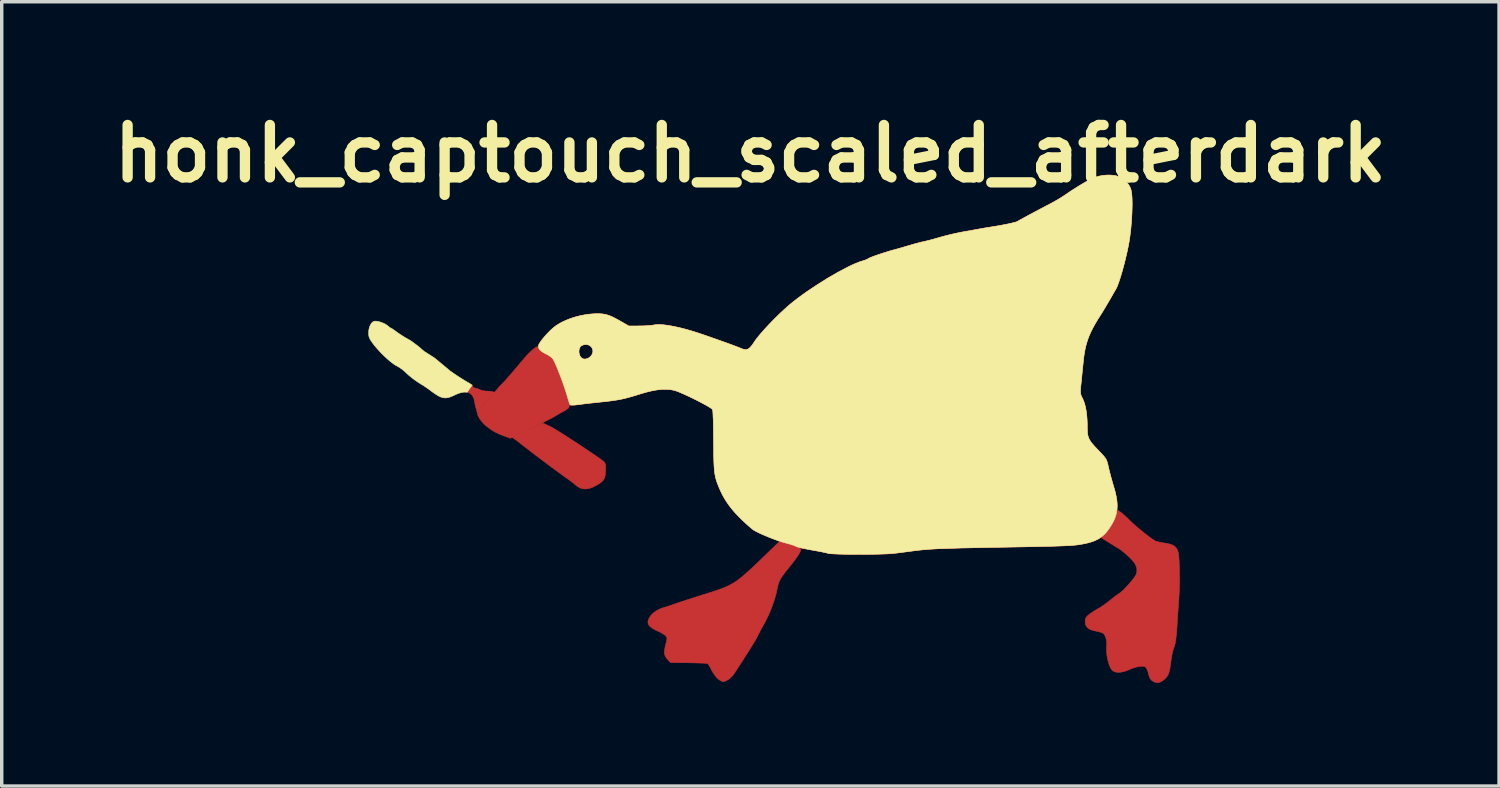
<source format=kicad_pcb>
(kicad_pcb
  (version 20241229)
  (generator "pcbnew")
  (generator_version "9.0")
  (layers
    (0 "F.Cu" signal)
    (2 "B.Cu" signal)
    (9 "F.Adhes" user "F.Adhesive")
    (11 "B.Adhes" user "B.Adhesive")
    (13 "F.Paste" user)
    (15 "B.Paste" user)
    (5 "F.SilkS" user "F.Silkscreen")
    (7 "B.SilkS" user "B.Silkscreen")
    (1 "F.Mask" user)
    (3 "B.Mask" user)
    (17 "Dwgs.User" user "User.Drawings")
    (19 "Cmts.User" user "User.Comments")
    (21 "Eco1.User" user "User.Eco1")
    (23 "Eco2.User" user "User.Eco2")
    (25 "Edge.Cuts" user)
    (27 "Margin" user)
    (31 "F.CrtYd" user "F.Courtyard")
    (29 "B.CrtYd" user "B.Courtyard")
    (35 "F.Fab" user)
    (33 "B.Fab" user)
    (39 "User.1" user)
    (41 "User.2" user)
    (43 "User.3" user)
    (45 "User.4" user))
  (footprint "honk_captouch_scaled_afterdark"
    (layer "F.Cu")
    (at 18.767 9.418)
    (property "Reference" "honk_captouch_scaled_afterdark" (at 0 -8 0) (layer "F.SilkS") (effects (font (size 1.524 1.524) (thickness 0.3))))
    (attr through_hole)
    (fp_poly (pts (xy -7.987 -0.63) (xy -7.993 -0.654) (xy -7.999 -0.681) (xy -8.005 -0.709) (xy -8.011 -0.737) (xy -8.015 -0.765) (xy -8.02 -0.794) (xy -8.025 -0.821) (xy -8.031 -0.846) (xy -8.039 -0.87) (xy -8.047 -0.893) (xy -8.056 -0.915) (xy -8.066 -0.935) (xy -8.077 -0.953) (xy -8.089 -0.971) (xy -8.102 -0.986) (xy -8.115 -1) (xy -8.13 -1.013) (xy -8.145 -1.025) (xy -8.161 -1.035) (xy -8.179 -1.044) (xy -8.197 -1.052) (xy -8.216 -1.057) (xy -8.235 -1.062) (xy -8.088 -1.27) (xy -8.085 -1.264) (xy -8.083 -1.258) (xy -8.08 -1.252) (xy -8.078 -1.246) (xy -8.077 -1.243) (xy -8.076 -1.24) (xy -8.073 -1.234) (xy -8.07 -1.228) (xy -8.067 -1.223) (xy -8.063 -1.218) (xy -8.059 -1.213) (xy -8.055 -1.208) (xy -8.05 -1.204) (xy -8.045 -1.2) (xy -8.04 -1.196) (xy -8.035 -1.193) (xy -8.03 -1.191) (xy -8.027 -1.19) (xy -8.024 -1.189) (xy -8.022 -1.188) (xy -8.019 -1.187) (xy -8.017 -1.187) (xy -8.014 -1.186) (xy -8.011 -1.186) (xy -8.009 -1.186) (xy -8.003 -1.186) (xy -7.997 -1.185) (xy -7.99 -1.184) (xy -7.982 -1.182) (xy -7.974 -1.18) (xy -7.966 -1.178) (xy -7.957 -1.175) (xy -7.948 -1.173) (xy -7.938 -1.169) (xy -7.929 -1.166) (xy -7.919 -1.162) (xy -7.909 -1.158) (xy -7.9 -1.154) (xy -7.89 -1.15) (xy -7.881 -1.145) (xy -7.872 -1.141) (xy -7.862 -1.136) (xy -7.851 -1.132) (xy -7.84 -1.127) (xy -7.827 -1.123) (xy -7.813 -1.119) (xy -7.799 -1.116) (xy -7.784 -1.112) (xy -7.768 -1.109) (xy -7.752 -1.106) (xy -7.736 -1.104) (xy -7.72 -1.101) (xy -7.704 -1.099) (xy -7.687 -1.098) (xy -7.671 -1.097) (xy -7.656 -1.096) (xy -7.64 -1.096) (xy -7.626 -1.096) (xy -7.611 -1.095) (xy -7.597 -1.094) (xy -7.583 -1.093) (xy -7.569 -1.092) (xy -7.556 -1.09) (xy -7.544 -1.088) (xy -7.532 -1.086) (xy -7.521 -1.084) (xy -7.511 -1.082) (xy -7.503 -1.079) (xy -7.437 -1.066) (xy -7.522 -0.961) (xy -7.574 -0.906) (xy -7.588 -0.891) (xy -7.616 -0.861) (xy -7.644 -0.828) (xy -7.673 -0.793) (xy -7.701 -0.758) (xy -7.727 -0.725) (xy -7.751 -0.692) (xy -7.772 -0.663) (xy -7.788 -0.637) (xy -7.802 -0.616) (xy -7.922 -0.396)) (stroke (width 0.015) (type solid)) (fill yes) (layer "F.Cu"))
    (fp_poly (pts (xy -4.918 1.73) (xy -4.928 1.727) (xy -4.938 1.723) (xy -4.948 1.719) (xy -4.959 1.714) (xy -4.97 1.709) (xy -4.981 1.703) (xy -4.992 1.697) (xy -5.003 1.69) (xy -5.014 1.683) (xy -5.026 1.676) (xy -5.036 1.669) (xy -5.047 1.661) (xy -5.057 1.654) (xy -5.067 1.646) (xy -5.076 1.639) (xy -5.084 1.631) (xy -5.104 1.614) (xy -5.129 1.593) (xy -5.159 1.569) (xy -5.192 1.543) (xy -5.229 1.516) (xy -5.267 1.488) (xy -5.305 1.46) (xy -5.343 1.433) (xy -5.521 1.306) (xy -5.743 1.143) (xy -6.237 0.773) (xy -6.659 0.448) (xy -6.791 0.343) (xy -6.918 0.255) (xy -6.78 0.169) (xy -6.77 0.163) (xy -6.759 0.157) (xy -6.747 0.151) (xy -6.735 0.145) (xy -6.721 0.138) (xy -6.692 0.125) (xy -6.659 0.111) (xy -6.623 0.097) (xy -6.542 0.066) (xy -6.472 0.04) (xy -6.444 0.031) (xy -6.421 0.023) (xy -6.405 0.018) (xy -6.397 0.017) (xy -6.396 0.017) (xy -6.394 0.016) (xy -6.391 0.015) (xy -6.386 0.013) (xy -6.38 0.011) (xy -6.374 0.008) (xy -6.367 0.004) (xy -6.359 -0.0003) (xy -6.35 -0.005) (xy -6.332 -0.016) (xy -6.311 -0.029) (xy -6.289 -0.043) (xy -6.266 -0.059) (xy -6.24 -0.075) (xy -6.213 -0.09) (xy -6.186 -0.102) (xy -6.033 -0.168) (xy -5.897 -0.103) (xy -5.865 -0.091) (xy -5.832 -0.076) (xy -5.799 -0.059) (xy -5.672 0.015) (xy -5.476 0.136) (xy -4.982 0.456) (xy -4.512 0.771) (xy -4.347 0.886) (xy -4.263 0.951) (xy -4.254 0.959) (xy -4.25 0.964) (xy -4.247 0.968) (xy -4.243 0.973) (xy -4.24 0.977) (xy -4.237 0.982) (xy -4.234 0.987) (xy -4.231 0.992) (xy -4.229 0.997) (xy -4.226 1.003) (xy -4.224 1.009) (xy -4.222 1.015) (xy -4.22 1.021) (xy -4.218 1.027) (xy -4.217 1.034) (xy -4.216 1.042) (xy -4.214 1.05) (xy -4.213 1.058) (xy -4.212 1.066) (xy -4.211 1.084) (xy -4.21 1.105) (xy -4.209 1.127) (xy -4.209 1.152) (xy -4.21 1.179) (xy -4.21 1.208) (xy -4.212 1.252) (xy -4.215 1.292) (xy -4.218 1.329) (xy -4.223 1.362) (xy -4.23 1.392) (xy -4.234 1.407) (xy -4.238 1.42) (xy -4.243 1.433) (xy -4.249 1.446) (xy -4.255 1.458) (xy -4.261 1.47) (xy -4.269 1.481) (xy -4.277 1.492) (xy -4.285 1.503) (xy -4.295 1.513) (xy -4.304 1.524) (xy -4.315 1.534) (xy -4.339 1.554) (xy -4.366 1.574) (xy -4.396 1.595) (xy -4.431 1.616) (xy -4.469 1.639) (xy -4.503 1.657) (xy -4.536 1.675) (xy -4.568 1.69) (xy -4.599 1.703) (xy -4.629 1.715) (xy -4.658 1.725) (xy -4.686 1.733) (xy -4.714 1.74) (xy -4.741 1.744) (xy -4.768 1.747) (xy -4.794 1.748) (xy -4.819 1.748) (xy -4.845 1.746) (xy -4.87 1.742) (xy -4.895 1.737)) (stroke (width 0.015) (type solid)) (fill yes) (layer "F.Cu"))
    (fp_poly (pts (xy -7.202 0.192) (xy -7.287 0.158) (xy -7.325 0.141) (xy -7.36 0.125) (xy -7.393 0.109) (xy -7.424 0.093) (xy -7.454 0.076) (xy -7.484 0.059) (xy -7.512 0.041) (xy -7.541 0.022) (xy -7.601 -0.022) (xy -7.667 -0.072) (xy -7.693 -0.094) (xy -7.718 -0.116) (xy -7.742 -0.138) (xy -7.765 -0.162) (xy -7.787 -0.185) (xy -7.808 -0.209) (xy -7.827 -0.234) (xy -7.846 -0.26) (xy -7.863 -0.285) (xy -7.88 -0.312) (xy -7.895 -0.339) (xy -7.909 -0.367) (xy -7.922 -0.396) (xy -7.842 -0.563) (xy -7.838 -0.567) (xy -7.834 -0.572) (xy -7.826 -0.582) (xy -7.818 -0.593) (xy -7.809 -0.606) (xy -7.8 -0.62) (xy -7.79 -0.635) (xy -7.773 -0.661) (xy -7.752 -0.691) (xy -7.728 -0.724) (xy -7.7 -0.759) (xy -7.672 -0.795) (xy -7.642 -0.83) (xy -7.613 -0.864) (xy -7.584 -0.896) (xy -7.543 -0.941) (xy -7.526 -0.959) (xy -7.512 -0.976) (xy -7.5 -0.991) (xy -7.49 -1.003) (xy -7.282 -1.247) (xy -7.268 -1.26) (xy -7.252 -1.274) (xy -7.236 -1.29) (xy -7.218 -1.308) (xy -7.198 -1.328) (xy -7.178 -1.35) (xy -7.155 -1.375) (xy -7.104 -1.431) (xy -7.045 -1.499) (xy -6.975 -1.579) (xy -6.895 -1.672) (xy -6.803 -1.78) (xy -6.58 -2.045) (xy -6.545 -2.086) (xy -6.51 -2.124) (xy -6.474 -2.162) (xy -6.44 -2.197) (xy -6.407 -2.23) (xy -6.374 -2.261) (xy -6.343 -2.289) (xy -6.313 -2.314) (xy -6.285 -2.336) (xy -6.26 -2.355) (xy -6.237 -2.37) (xy -6.217 -2.381) (xy -6.201 -2.387) (xy -6.194 -2.389) (xy -6.188 -2.389) (xy -6.182 -2.389) (xy -6.178 -2.387) (xy -6.175 -2.384) (xy -6.173 -2.38) (xy -6.171 -2.374) (xy -6.168 -2.367) (xy -6.165 -2.36) (xy -6.162 -2.354) (xy -6.159 -2.348) (xy -6.155 -2.341) (xy -6.146 -2.328) (xy -6.136 -2.315) (xy -6.125 -2.302) (xy -6.112 -2.289) (xy -6.098 -2.276) (xy -6.083 -2.263) (xy -6.067 -2.251) (xy -6.049 -2.238) (xy -6.03 -2.226) (xy -6.011 -2.214) (xy -5.99 -2.202) (xy -5.968 -2.19) (xy -5.945 -2.179) (xy -5.932 -2.172) (xy -5.918 -2.165) (xy -5.891 -2.149) (xy -5.863 -2.132) (xy -5.836 -2.114) (xy -5.81 -2.096) (xy -5.787 -2.078) (xy -5.776 -2.069) (xy -5.766 -2.061) (xy -5.758 -2.052) (xy -5.75 -2.045) (xy -5.735 -2.024) (xy -5.716 -1.989) (xy -5.693 -1.942) (xy -5.667 -1.885) (xy -5.606 -1.742) (xy -5.54 -1.572) (xy -5.471 -1.387) (xy -5.405 -1.198) (xy -5.345 -1.018) (xy -5.296 -0.856) (xy -5.285 -0.815) (xy -5.276 -0.779) (xy -5.269 -0.747) (xy -5.266 -0.733) (xy -5.264 -0.719) (xy -5.262 -0.706) (xy -5.262 -0.694) (xy -5.262 -0.682) (xy -5.263 -0.671) (xy -5.264 -0.661) (xy -5.267 -0.65) (xy -5.27 -0.641) (xy -5.274 -0.632) (xy -5.279 -0.623) (xy -5.285 -0.614) (xy -5.292 -0.605) (xy -5.3 -0.597) (xy -5.309 -0.588) (xy -5.319 -0.579) (xy -5.33 -0.571) (xy -5.343 -0.562) (xy -5.371 -0.544) (xy -5.404 -0.524) (xy -5.442 -0.503) (xy -5.486 -0.479) (xy -5.536 -0.452) (xy -5.581 -0.426) (xy -5.622 -0.403) (xy -5.659 -0.38) (xy -5.691 -0.358) (xy -6.176 -0.106) (xy -6.2 -0.096) (xy -6.222 -0.085) (xy -6.244 -0.073) (xy -6.266 -0.059) (xy -6.289 -0.044) (xy -6.311 -0.03) (xy -6.332 -0.017) (xy -6.351 -0.006) (xy -6.367 0.003) (xy -6.381 0.01) (xy -6.387 0.013) (xy -6.392 0.015) (xy -6.979 0.275)) (stroke (width 0.015) (type solid)) (fill yes) (layer "F.Cu"))
    (fp_poly (pts (xy -0.951 7.26) (xy -0.962 7.249) (xy -0.974 7.238) (xy -0.986 7.225) (xy -0.998 7.211) (xy -1.011 7.196) (xy -1.023 7.18) (xy -1.036 7.163) (xy -1.048 7.146) (xy -1.06 7.128) (xy -1.073 7.11) (xy -1.084 7.092) (xy -1.096 7.073) (xy -1.106 7.055) (xy -1.117 7.037) (xy -1.126 7.02) (xy -1.134 7.002) (xy -1.151 6.969) (xy -1.167 6.937) (xy -1.184 6.908) (xy -1.2 6.882) (xy -1.215 6.859) (xy -1.222 6.85) (xy -1.229 6.842) (xy -1.235 6.835) (xy -1.24 6.829) (xy -1.245 6.825) (xy -1.249 6.823) (xy -1.256 6.822) (xy -1.267 6.82) (xy -1.305 6.817) (xy -1.359 6.814) (xy -1.428 6.811) (xy -1.51 6.809) (xy -1.601 6.806) (xy -1.701 6.804) (xy -1.806 6.802) (xy -2.326 6.795) (xy -2.414 6.697) (xy -2.432 6.676) (xy -2.447 6.656) (xy -2.454 6.646) (xy -2.461 6.636) (xy -2.467 6.626) (xy -2.472 6.615) (xy -2.477 6.605) (xy -2.482 6.595) (xy -2.486 6.584) (xy -2.489 6.573) (xy -2.492 6.562) (xy -2.494 6.55) (xy -2.496 6.538) (xy -2.498 6.526) (xy -2.499 6.514) (xy -2.499 6.5) (xy -2.499 6.487) (xy -2.499 6.473) (xy -2.498 6.458) (xy -2.496 6.443) (xy -2.492 6.411) (xy -2.486 6.376) (xy -2.478 6.337) (xy -2.468 6.296) (xy -2.457 6.25) (xy -2.443 6.197) (xy -2.438 6.175) (xy -2.434 6.155) (xy -2.43 6.137) (xy -2.429 6.122) (xy -2.427 6.108) (xy -2.427 6.096) (xy -2.428 6.085) (xy -2.43 6.074) (xy -2.433 6.065) (xy -2.437 6.056) (xy -2.442 6.047) (xy -2.448 6.038) (xy -2.456 6.029) (xy -2.464 6.019) (xy -2.47 6.013) (xy -2.478 6.006) (xy -2.487 5.998) (xy -2.498 5.99) (xy -2.509 5.982) (xy -2.522 5.974) (xy -2.535 5.965) (xy -2.55 5.956) (xy -2.565 5.947) (xy -2.58 5.938) (xy -2.597 5.929) (xy -2.613 5.92) (xy -2.63 5.911) (xy -2.648 5.903) (xy -2.665 5.895) (xy -2.682 5.887) (xy -2.736 5.862) (xy -2.784 5.837) (xy -2.827 5.813) (xy -2.864 5.789) (xy -2.881 5.777) (xy -2.896 5.765) (xy -2.91 5.753) (xy -2.923 5.741) (xy -2.934 5.729) (xy -2.944 5.717) (xy -2.953 5.705) (xy -2.96 5.692) (xy -2.966 5.679) (xy -2.971 5.667) (xy -2.975 5.653) (xy -2.977 5.64) (xy -2.978 5.627) (xy -2.978 5.613) (xy -2.977 5.599) (xy -2.975 5.584) (xy -2.971 5.57) (xy -2.966 5.554) (xy -2.96 5.539) (xy -2.954 5.523) (xy -2.945 5.507) (xy -2.936 5.49) (xy -2.914 5.455) (xy -2.898 5.434) (xy -2.881 5.413) (xy -2.861 5.392) (xy -2.84 5.372) (xy -2.817 5.352) (xy -2.792 5.332) (xy -2.766 5.314) (xy -2.739 5.295) (xy -2.71 5.278) (xy -2.68 5.262) (xy -2.65 5.246) (xy -2.618 5.232) (xy -2.586 5.218) (xy -2.553 5.206) (xy -2.52 5.195) (xy -2.486 5.186) (xy -2.459 5.178) (xy -2.428 5.169) (xy -2.394 5.158) (xy -2.357 5.147) (xy -2.284 5.122) (xy -2.248 5.109) (xy -2.216 5.097) (xy -2.122 5.064) (xy -1.978 5.016) (xy -1.802 4.959) (xy -1.615 4.9) (xy -1.129 4.746) (xy -0.963 4.691) (xy -0.833 4.644) (xy -0.731 4.604) (xy -0.646 4.566) (xy -0.568 4.525) (xy -0.487 4.479) (xy -0.456 4.46) (xy -0.423 4.439) (xy -0.389 4.415) (xy -0.353 4.388) (xy -0.315 4.359) (xy -0.275 4.327) (xy -0.232 4.292) (xy -0.187 4.254) (xy -0.088 4.167) (xy 0.024 4.065) (xy 0.15 3.947) (xy 0.292 3.811) (xy 0.845 3.276) (xy 1.043 3.326) (xy 1.132 3.35) (xy 1.213 3.375) (xy 1.285 3.4) (xy 1.347 3.424) (xy 1.374 3.436) (xy 1.397 3.447) (xy 1.418 3.459) (xy 1.435 3.469) (xy 1.449 3.479) (xy 1.458 3.489) (xy 1.465 3.498) (xy 1.466 3.502) (xy 1.467 3.506) (xy 1.466 3.512) (xy 1.466 3.519) (xy 1.464 3.527) (xy 1.462 3.535) (xy 1.455 3.554) (xy 1.446 3.574) (xy 1.435 3.598) (xy 1.421 3.623) (xy 1.404 3.651) (xy 1.385 3.681) (xy 1.363 3.714) (xy 1.339 3.749) (xy 1.312 3.787) (xy 1.282 3.827) (xy 1.25 3.87) (xy 1.215 3.915) (xy 1.177 3.963) (xy 1.137 4.013) (xy 1.045 4.128) (xy 1.006 4.178) (xy 0.972 4.223) (xy 0.942 4.265) (xy 0.915 4.303) (xy 0.892 4.339) (xy 0.872 4.373) (xy 0.854 4.406) (xy 0.839 4.438) (xy 0.826 4.47) (xy 0.815 4.502) (xy 0.805 4.535) (xy 0.796 4.57) (xy 0.788 4.607) (xy 0.78 4.647) (xy 0.768 4.705) (xy 0.754 4.766) (xy 0.739 4.828) (xy 0.721 4.892) (xy 0.68 5.024) (xy 0.633 5.157) (xy 0.581 5.29) (xy 0.525 5.42) (xy 0.465 5.545) (xy 0.434 5.605) (xy 0.403 5.662) (xy 0.336 5.783) (xy 0.277 5.893) (xy 0.231 5.98) (xy 0.216 6.011) (xy 0.207 6.031) (xy 0.199 6.048) (xy 0.188 6.069) (xy 0.154 6.13) (xy 0.106 6.211) (xy 0.045 6.31) (xy -0.026 6.425) (xy -0.107 6.553) (xy -0.196 6.692) (xy -0.292 6.841) (xy -0.473 7.12) (xy -0.487 7.141) (xy -0.503 7.162) (xy -0.521 7.182) (xy -0.541 7.202) (xy -0.562 7.222) (xy -0.584 7.242) (xy -0.606 7.26) (xy -0.628 7.277) (xy -0.651 7.293) (xy -0.674 7.307) (xy -0.696 7.32) (xy -0.718 7.331) (xy -0.739 7.34) (xy -0.758 7.346) (xy -0.767 7.349) (xy -0.776 7.351) (xy -0.784 7.352) (xy -0.791 7.352) (xy -0.794 7.352) (xy -0.798 7.351) (xy -0.804 7.35) (xy -0.812 7.348) (xy -0.821 7.345) (xy -0.83 7.341) (xy -0.84 7.336) (xy -0.85 7.331) (xy -0.861 7.325) (xy -0.872 7.318) (xy -0.883 7.311) (xy -0.894 7.304) (xy -0.906 7.296) (xy -0.917 7.287) (xy -0.929 7.278) (xy -0.94 7.269)) (stroke (width 0.015) (type solid)) (fill yes) (layer "F.Cu"))
    (fp_poly (pts (xy 11.678 7.321) (xy 11.669 7.313) (xy 11.661 7.305) (xy 11.652 7.296) (xy 11.644 7.287) (xy 11.636 7.277) (xy 11.629 7.267) (xy 11.622 7.256) (xy 11.616 7.245) (xy 11.609 7.234) (xy 11.604 7.222) (xy 11.598 7.21) (xy 11.594 7.198) (xy 11.59 7.186) (xy 11.586 7.173) (xy 11.583 7.16) (xy 11.58 7.147) (xy 11.578 7.136) (xy 11.575 7.124) (xy 11.569 7.099) (xy 11.562 7.073) (xy 11.553 7.048) (xy 11.544 7.024) (xy 11.535 7.001) (xy 11.53 6.991) (xy 11.525 6.981) (xy 11.521 6.973) (xy 11.516 6.965) (xy 11.509 6.954) (xy 11.505 6.949) (xy 11.502 6.944) (xy 11.498 6.939) (xy 11.495 6.935) (xy 11.491 6.931) (xy 11.488 6.928) (xy 11.484 6.924) (xy 11.48 6.921) (xy 11.476 6.918) (xy 11.472 6.916) (xy 11.468 6.914) (xy 11.464 6.912) (xy 11.459 6.91) (xy 11.455 6.908) (xy 11.45 6.907) (xy 11.444 6.906) (xy 11.439 6.905) (xy 11.433 6.904) (xy 11.427 6.903) (xy 11.42 6.903) (xy 11.413 6.902) (xy 11.398 6.902) (xy 11.39 6.903) (xy 11.372 6.904) (xy 11.352 6.905) (xy 11.33 6.907) (xy 11.315 6.909) (xy 11.298 6.912) (xy 11.28 6.915) (xy 11.261 6.919) (xy 11.221 6.928) (xy 11.179 6.94) (xy 11.136 6.954) (xy 11.093 6.969) (xy 11.052 6.984) (xy 11.032 6.993) (xy 11.014 7.001) (xy 10.974 7.018) (xy 10.935 7.033) (xy 10.897 7.046) (xy 10.86 7.057) (xy 10.823 7.066) (xy 10.788 7.072) (xy 10.755 7.077) (xy 10.722 7.079) (xy 10.691 7.08) (xy 10.662 7.078) (xy 10.634 7.074) (xy 10.607 7.067) (xy 10.583 7.059) (xy 10.561 7.048) (xy 10.54 7.036) (xy 10.522 7.021) (xy 10.513 7.011) (xy 10.503 7) (xy 10.485 6.974) (xy 10.468 6.943) (xy 10.451 6.907) (xy 10.435 6.867) (xy 10.42 6.824) (xy 10.407 6.778) (xy 10.394 6.729) (xy 10.383 6.68) (xy 10.373 6.629) (xy 10.366 6.578) (xy 10.36 6.527) (xy 10.356 6.476) (xy 10.354 6.428) (xy 10.354 6.381) (xy 10.357 6.337) (xy 10.36 6.303) (xy 10.36 6.27) (xy 10.36 6.237) (xy 10.358 6.205) (xy 10.354 6.174) (xy 10.35 6.143) (xy 10.344 6.114) (xy 10.336 6.087) (xy 10.328 6.06) (xy 10.319 6.036) (xy 10.308 6.013) (xy 10.297 5.993) (xy 10.284 5.975) (xy 10.271 5.96) (xy 10.258 5.947) (xy 10.25 5.942) (xy 10.243 5.938) (xy 10.236 5.934) (xy 10.228 5.931) (xy 10.219 5.927) (xy 10.208 5.923) (xy 10.184 5.915) (xy 10.156 5.907) (xy 10.126 5.899) (xy 10.094 5.891) (xy 10.062 5.884) (xy 10.029 5.877) (xy 9.992 5.869) (xy 9.958 5.861) (xy 9.926 5.851) (xy 9.897 5.839) (xy 9.87 5.827) (xy 9.846 5.813) (xy 9.835 5.806) (xy 9.824 5.798) (xy 9.814 5.79) (xy 9.805 5.782) (xy 9.796 5.774) (xy 9.788 5.765) (xy 9.78 5.756) (xy 9.773 5.746) (xy 9.767 5.736) (xy 9.761 5.726) (xy 9.756 5.715) (xy 9.751 5.705) (xy 9.747 5.693) (xy 9.743 5.682) (xy 9.74 5.67) (xy 9.738 5.657) (xy 9.736 5.645) (xy 9.735 5.632) (xy 9.733 5.604) (xy 9.734 5.588) (xy 9.735 5.572) (xy 9.736 5.558) (xy 9.738 5.544) (xy 9.741 5.531) (xy 9.744 5.519) (xy 9.747 5.513) (xy 9.749 5.508) (xy 9.751 5.502) (xy 9.754 5.496) (xy 9.761 5.485) (xy 9.768 5.474) (xy 9.777 5.463) (xy 9.787 5.452) (xy 9.799 5.44) (xy 9.812 5.428) (xy 9.826 5.416) (xy 9.842 5.402) (xy 9.867 5.383) (xy 9.896 5.361) (xy 9.929 5.338) (xy 9.964 5.315) (xy 10 5.292) (xy 10.036 5.269) (xy 10.072 5.249) (xy 10.105 5.23) (xy 10.14 5.21) (xy 10.18 5.186) (xy 10.223 5.158) (xy 10.269 5.127) (xy 10.316 5.094) (xy 10.362 5.06) (xy 10.405 5.027) (xy 10.446 4.994) (xy 10.486 4.962) (xy 10.526 4.93) (xy 10.566 4.898) (xy 10.606 4.868) (xy 10.643 4.84) (xy 10.677 4.816) (xy 10.706 4.796) (xy 10.73 4.781) (xy 10.756 4.762) (xy 10.787 4.737) (xy 10.821 4.707) (xy 10.858 4.672) (xy 10.897 4.633) (xy 10.936 4.591) (xy 10.976 4.547) (xy 11.016 4.502) (xy 11.054 4.457) (xy 11.091 4.413) (xy 11.124 4.37) (xy 11.155 4.33) (xy 11.18 4.293) (xy 11.201 4.26) (xy 11.216 4.232) (xy 11.221 4.22) (xy 11.224 4.21) (xy 11.231 4.179) (xy 11.235 4.149) (xy 11.236 4.135) (xy 11.237 4.12) (xy 11.237 4.106) (xy 11.237 4.091) (xy 11.235 4.077) (xy 11.234 4.062) (xy 11.231 4.048) (xy 11.228 4.034) (xy 11.224 4.02) (xy 11.22 4.006) (xy 11.215 3.992) (xy 11.209 3.978) (xy 11.202 3.963) (xy 11.195 3.949) (xy 11.178 3.92) (xy 11.159 3.89) (xy 11.136 3.86) (xy 11.11 3.829) (xy 11.081 3.796) (xy 11.049 3.763) (xy 11.014 3.728) (xy 10.973 3.691) (xy 10.931 3.652) (xy 10.887 3.615) (xy 10.844 3.579) (xy 10.802 3.546) (xy 10.763 3.516) (xy 10.728 3.491) (xy 10.712 3.481) (xy 10.699 3.473) (xy 10.635 3.435) (xy 10.555 3.386) (xy 10.47 3.333) (xy 10.389 3.283) (xy 10.207 3.168) (xy 10.283 3.088) (xy 10.307 3.06) (xy 10.333 3.029) (xy 10.359 2.996) (xy 10.386 2.959) (xy 10.412 2.92) (xy 10.439 2.88) (xy 10.465 2.839) (xy 10.491 2.797) (xy 10.516 2.755) (xy 10.539 2.713) (xy 10.56 2.672) (xy 10.58 2.633) (xy 10.598 2.595) (xy 10.613 2.56) (xy 10.625 2.528) (xy 10.634 2.499) (xy 10.673 2.361) (xy 10.767 2.426) (xy 10.778 2.433) (xy 10.79 2.442) (xy 10.818 2.465) (xy 10.85 2.493) (xy 10.886 2.525) (xy 10.925 2.56) (xy 10.964 2.597) (xy 11.003 2.635) (xy 11.041 2.674) (xy 11.076 2.708) (xy 11.116 2.745) (xy 11.208 2.827) (xy 11.311 2.915) (xy 11.419 3.003) (xy 11.525 3.087) (xy 11.624 3.161) (xy 11.708 3.22) (xy 11.743 3.242) (xy 11.771 3.259) (xy 11.779 3.262) (xy 11.788 3.266) (xy 11.8 3.27) (xy 11.813 3.274) (xy 11.844 3.283) (xy 11.88 3.291) (xy 11.92 3.3) (xy 11.963 3.308) (xy 12.007 3.316) (xy 12.053 3.323) (xy 12.098 3.33) (xy 12.14 3.338) (xy 12.178 3.347) (xy 12.214 3.356) (xy 12.246 3.367) (xy 12.274 3.38) (xy 12.3 3.393) (xy 12.324 3.408) (xy 12.335 3.416) (xy 12.345 3.425) (xy 12.355 3.434) (xy 12.364 3.444) (xy 12.373 3.454) (xy 12.381 3.464) (xy 12.396 3.487) (xy 12.41 3.512) (xy 12.421 3.539) (xy 12.432 3.569) (xy 12.442 3.602) (xy 12.448 3.635) (xy 12.454 3.682) (xy 12.464 3.812) (xy 12.471 3.978) (xy 12.475 4.17) (xy 12.476 4.373) (xy 12.474 4.576) (xy 12.468 4.766) (xy 12.459 4.931) (xy 12.435 5.272) (xy 12.406 5.712) (xy 12.397 5.845) (xy 12.388 5.959) (xy 12.378 6.056) (xy 12.368 6.139) (xy 12.357 6.208) (xy 12.345 6.266) (xy 12.331 6.314) (xy 12.316 6.354) (xy 12.31 6.369) (xy 12.304 6.386) (xy 12.298 6.405) (xy 12.292 6.427) (xy 12.279 6.474) (xy 12.267 6.527) (xy 12.255 6.584) (xy 12.244 6.643) (xy 12.235 6.702) (xy 12.227 6.76) (xy 12.212 6.876) (xy 12.205 6.926) (xy 12.197 6.971) (xy 12.189 7.011) (xy 12.18 7.048) (xy 12.171 7.081) (xy 12.161 7.111) (xy 12.15 7.138) (xy 12.138 7.163) (xy 12.124 7.186) (xy 12.109 7.208) (xy 12.092 7.229) (xy 12.073 7.249) (xy 12.052 7.27) (xy 12.029 7.29) (xy 12.006 7.309) (xy 11.983 7.326) (xy 11.961 7.34) (xy 11.95 7.346) (xy 11.938 7.352) (xy 11.927 7.357) (xy 11.916 7.362) (xy 11.905 7.366) (xy 11.894 7.37) (xy 11.883 7.372) (xy 11.871 7.375) (xy 11.861 7.377) (xy 11.849 7.378) (xy 11.838 7.378) (xy 11.828 7.378) (xy 11.817 7.378) (xy 11.806 7.377) (xy 11.795 7.375) (xy 11.784 7.373) (xy 11.773 7.37) (xy 11.763 7.367) (xy 11.752 7.363) (xy 11.741 7.358) (xy 11.73 7.353) (xy 11.72 7.348) (xy 11.709 7.341) (xy 11.699 7.335) (xy 11.688 7.327)) (stroke (width 0.015) (type solid)) (fill yes) (layer "F.Cu"))
    (fp_poly (pts (xy 2.263 3.622) (xy 2.242 3.615) (xy 2.215 3.608) (xy 2.184 3.601) (xy 2.151 3.593) (xy 2.115 3.586) (xy 2.079 3.578) (xy 2.043 3.571) (xy 2.008 3.564) (xy 1.692 3.507) (xy 1.58 3.485) (xy 1.493 3.467) (xy 1.427 3.451) (xy 1.377 3.438) (xy 1.341 3.425) (xy 1.314 3.413) (xy 1.306 3.408) (xy 1.295 3.404) (xy 1.27 3.393) (xy 1.238 3.382) (xy 1.2 3.37) (xy 1.159 3.357) (xy 1.116 3.344) (xy 1.071 3.332) (xy 1.026 3.321) (xy 0.93 3.293) (xy 0.814 3.255) (xy 0.687 3.208) (xy 0.554 3.157) (xy 0.424 3.103) (xy 0.302 3.05) (xy 0.196 2.999) (xy 0.152 2.976) (xy 0.113 2.955) (xy 0.101 2.947) (xy 0.086 2.937) (xy 0.069 2.924) (xy 0.049 2.909) (xy 0.004 2.871) (xy -0.047 2.827) (xy -0.104 2.777) (xy -0.164 2.722) (xy -0.225 2.664) (xy -0.286 2.605) (xy -0.342 2.549) (xy -0.395 2.494) (xy -0.446 2.438) (xy -0.494 2.384) (xy -0.54 2.328) (xy -0.584 2.273) (xy -0.626 2.218) (xy -0.665 2.162) (xy -0.703 2.105) (xy -0.739 2.048) (xy -0.773 1.989) (xy -0.806 1.93) (xy -0.837 1.869) (xy -0.867 1.806) (xy -0.896 1.742) (xy -0.923 1.676) (xy -0.946 1.619) (xy -0.967 1.565) (xy -0.985 1.512) (xy -1 1.46) (xy -1.014 1.407) (xy -1.025 1.352) (xy -1.035 1.293) (xy -1.043 1.228) (xy -1.05 1.157) (xy -1.056 1.077) (xy -1.06 0.988) (xy -1.063 0.888) (xy -1.066 0.775) (xy -1.067 0.648) (xy -1.07 0.347) (xy -1.073 0.011) (xy -1.08 -0.273) (xy -1.089 -0.473) (xy -1.094 -0.532) (xy -1.099 -0.56) (xy -1.104 -0.567) (xy -1.114 -0.576) (xy -1.146 -0.6) (xy -1.192 -0.63) (xy -1.25 -0.665) (xy -1.397 -0.746) (xy -1.569 -0.835) (xy -1.75 -0.924) (xy -1.924 -1.005) (xy -2.075 -1.07) (xy -2.137 -1.094) (xy -2.187 -1.11) (xy -2.235 -1.123) (xy -2.284 -1.133) (xy -2.336 -1.141) (xy -2.389 -1.146) (xy -2.445 -1.148) (xy -2.502 -1.149) (xy -2.561 -1.147) (xy -2.622 -1.142) (xy -2.686 -1.135) (xy -2.751 -1.126) (xy -2.819 -1.113) (xy -2.89 -1.099) (xy -2.963 -1.082) (xy -3.038 -1.062) (xy -3.116 -1.04) (xy -3.197 -1.016) (xy -3.371 -0.962) (xy -3.52 -0.919) (xy -3.654 -0.884) (xy -3.719 -0.869) (xy -3.785 -0.856) (xy -3.852 -0.843) (xy -3.921 -0.832) (xy -4.074 -0.81) (xy -4.254 -0.789) (xy -4.471 -0.766) (xy -4.606 -0.752) (xy -4.749 -0.736) (xy -4.884 -0.719) (xy -4.995 -0.704) (xy -5.04 -0.699) (xy -5.083 -0.694) (xy -5.123 -0.691) (xy -5.158 -0.689) (xy -5.189 -0.689) (xy -5.213 -0.69) (xy -5.223 -0.691) (xy -5.231 -0.692) (xy -5.236 -0.694) (xy -5.24 -0.696) (xy -4.65 -2.102) (xy -4.634 -2.119) (xy -4.62 -2.137) (xy -4.608 -2.155) (xy -4.598 -2.173) (xy -4.591 -2.192) (xy -4.585 -2.21) (xy -4.581 -2.229) (xy -4.579 -2.247) (xy -4.579 -2.265) (xy -4.58 -2.282) (xy -4.584 -2.299) (xy -4.588 -2.316) (xy -4.595 -2.332) (xy -4.602 -2.348) (xy -4.611 -2.362) (xy -4.621 -2.376) (xy -4.633 -2.389) (xy -4.646 -2.401) (xy -4.659 -2.412) (xy -4.674 -2.422) (xy -4.69 -2.43) (xy -4.706 -2.438) (xy -4.724 -2.443) (xy -4.742 -2.448) (xy -4.761 -2.451) (xy -4.78 -2.452) (xy -4.8 -2.451) (xy -4.821 -2.449) (xy -4.842 -2.444) (xy -4.863 -2.438) (xy -4.885 -2.429) (xy -4.907 -2.419) (xy -4.916 -2.413) (xy -4.926 -2.406) (xy -4.934 -2.398) (xy -4.942 -2.389) (xy -4.949 -2.38) (xy -4.955 -2.37) (xy -4.961 -2.359) (xy -4.966 -2.347) (xy -4.971 -2.335) (xy -4.975 -2.323) (xy -4.978 -2.31) (xy -4.98 -2.296) (xy -4.982 -2.283) (xy -4.984 -2.269) (xy -4.984 -2.255) (xy -4.984 -2.241) (xy -4.983 -2.227) (xy -4.982 -2.213) (xy -4.98 -2.199) (xy -4.977 -2.185) (xy -4.973 -2.171) (xy -4.969 -2.158) (xy -4.965 -2.144) (xy -4.96 -2.132) (xy -4.954 -2.119) (xy -4.947 -2.108) (xy -4.94 -2.096) (xy -4.932 -2.086) (xy -4.924 -2.076) (xy -4.915 -2.067) (xy -4.905 -2.058) (xy -4.894 -2.051) (xy -4.888 -2.047) (xy -4.882 -2.043) (xy -4.875 -2.04) (xy -4.868 -2.037) (xy -4.861 -2.035) (xy -4.854 -2.033) (xy -4.846 -2.031) (xy -4.839 -2.03) (xy -4.831 -2.029) (xy -4.823 -2.029) (xy -4.815 -2.028) (xy -4.807 -2.029) (xy -4.791 -2.03) (xy -4.774 -2.033) (xy -4.758 -2.037) (xy -4.742 -2.042) (xy -4.725 -2.049) (xy -4.709 -2.057) (xy -4.694 -2.066) (xy -4.678 -2.077) (xy -4.664 -2.089) (xy -4.657 -2.095) (xy -4.65 -2.102) (xy -5.239 -0.696) (xy -5.242 -0.7) (xy -5.245 -0.705) (xy -5.248 -0.711) (xy -5.252 -0.719) (xy -5.255 -0.728) (xy -5.26 -0.738) (xy -5.268 -0.762) (xy -5.277 -0.789) (xy -5.287 -0.819) (xy -5.297 -0.852) (xy -5.306 -0.885) (xy -5.349 -1.03) (xy -5.405 -1.2) (xy -5.469 -1.383) (xy -5.537 -1.566) (xy -5.605 -1.737) (xy -5.666 -1.881) (xy -5.716 -1.988) (xy -5.735 -2.023) (xy -5.75 -2.044) (xy -5.758 -2.052) (xy -5.766 -2.06) (xy -5.776 -2.069) (xy -5.787 -2.078) (xy -5.798 -2.086) (xy -5.81 -2.095) (xy -5.822 -2.105) (xy -5.836 -2.114) (xy -5.849 -2.123) (xy -5.862 -2.132) (xy -5.877 -2.14) (xy -5.891 -2.149) (xy -5.904 -2.157) (xy -5.918 -2.164) (xy -5.932 -2.171) (xy -5.945 -2.178) (xy -5.975 -2.193) (xy -6.003 -2.208) (xy -6.029 -2.224) (xy -6.052 -2.239) (xy -6.074 -2.254) (xy -6.092 -2.269) (xy -6.109 -2.284) (xy -6.123 -2.299) (xy -6.136 -2.315) (xy -6.141 -2.322) (xy -6.145 -2.33) (xy -6.149 -2.337) (xy -6.153 -2.345) (xy -6.156 -2.353) (xy -6.159 -2.361) (xy -6.16 -2.369) (xy -6.162 -2.376) (xy -6.163 -2.384) (xy -6.163 -2.392) (xy -6.163 -2.4) (xy -6.162 -2.408) (xy -6.161 -2.416) (xy -6.159 -2.424) (xy -6.156 -2.436) (xy -6.151 -2.448) (xy -6.136 -2.476) (xy -6.117 -2.508) (xy -6.093 -2.543) (xy -6.065 -2.582) (xy -6.033 -2.622) (xy -5.998 -2.664) (xy -5.962 -2.707) (xy -5.923 -2.749) (xy -5.883 -2.792) (xy -5.843 -2.833) (xy -5.802 -2.872) (xy -5.762 -2.909) (xy -5.723 -2.942) (xy -5.686 -2.972) (xy -5.651 -2.998) (xy -5.596 -3.034) (xy -5.538 -3.068) (xy -5.478 -3.101) (xy -5.415 -3.131) (xy -5.349 -3.16) (xy -5.281 -3.188) (xy -5.211 -3.214) (xy -5.14 -3.237) (xy -5.068 -3.259) (xy -4.994 -3.278) (xy -4.92 -3.295) (xy -4.845 -3.309) (xy -4.77 -3.322) (xy -4.695 -3.332) (xy -4.62 -3.339) (xy -4.546 -3.344) (xy -4.49 -3.346) (xy -4.438 -3.347) (xy -4.389 -3.346) (xy -4.344 -3.344) (xy -4.301 -3.34) (xy -4.259 -3.334) (xy -4.218 -3.327) (xy -4.178 -3.317) (xy -4.137 -3.304) (xy -4.095 -3.29) (xy -4.052 -3.272) (xy -4.007 -3.252) (xy -3.958 -3.228) (xy -3.907 -3.201) (xy -3.851 -3.171) (xy -3.791 -3.137) (xy -3.532 -2.989) (xy -3.235 -2.991) (xy -3.172 -2.991) (xy -3.109 -2.993) (xy -3.046 -2.996) (xy -2.985 -3) (xy -2.929 -3.004) (xy -2.878 -3.009) (xy -2.836 -3.014) (xy -2.802 -3.02) (xy -2.753 -3.027) (xy -2.697 -3.031) (xy -2.635 -3.03) (xy -2.566 -3.027) (xy -2.49 -3.02) (xy -2.409 -3.009) (xy -2.321 -2.995) (xy -2.229 -2.978) (xy -2.132 -2.957) (xy -2.031 -2.934) (xy -1.925 -2.907) (xy -1.815 -2.877) (xy -1.702 -2.844) (xy -1.585 -2.808) (xy -1.466 -2.769) (xy -1.344 -2.728) (xy -0.945 -2.588) (xy -0.629 -2.475) (xy -0.403 -2.391) (xy -0.271 -2.339) (xy -0.241 -2.326) (xy -0.226 -2.321) (xy -0.212 -2.316) (xy -0.199 -2.312) (xy -0.186 -2.309) (xy -0.173 -2.307) (xy -0.161 -2.305) (xy -0.149 -2.304) (xy -0.137 -2.304) (xy -0.126 -2.305) (xy -0.114 -2.306) (xy -0.103 -2.308) (xy -0.092 -2.311) (xy -0.082 -2.315) (xy -0.071 -2.32) (xy -0.06 -2.326) (xy -0.049 -2.332) (xy -0.039 -2.34) (xy -0.028 -2.348) (xy -0.017 -2.358) (xy -0.006 -2.368) (xy 0.004 -2.379) (xy 0.016 -2.392) (xy 0.027 -2.405) (xy 0.039 -2.419) (xy 0.063 -2.451) (xy 0.088 -2.488) (xy 0.115 -2.528) (xy 0.147 -2.576) (xy 0.188 -2.63) (xy 0.235 -2.689) (xy 0.288 -2.753) (xy 0.409 -2.891) (xy 0.546 -3.039) (xy 0.693 -3.191) (xy 0.844 -3.339) (xy 0.994 -3.479) (xy 1.066 -3.544) (xy 1.136 -3.605) (xy 1.25 -3.698) (xy 1.375 -3.795) (xy 1.509 -3.893) (xy 1.65 -3.994) (xy 1.948 -4.192) (xy 2.252 -4.383) (xy 2.55 -4.555) (xy 2.827 -4.701) (xy 2.952 -4.762) (xy 3.067 -4.812) (xy 3.168 -4.852) (xy 3.255 -4.88) (xy 3.281 -4.887) (xy 3.307 -4.895) (xy 3.333 -4.905) (xy 3.358 -4.914) (xy 3.381 -4.925) (xy 3.403 -4.934) (xy 3.421 -4.944) (xy 3.429 -4.949) (xy 3.436 -4.953) (xy 3.451 -4.962) (xy 3.475 -4.973) (xy 3.543 -5.001) (xy 3.635 -5.035) (xy 3.742 -5.072) (xy 3.857 -5.11) (xy 3.975 -5.147) (xy 4.087 -5.181) (xy 4.187 -5.208) (xy 4.258 -5.227) (xy 4.361 -5.256) (xy 4.482 -5.292) (xy 4.608 -5.329) (xy 4.734 -5.366) (xy 4.856 -5.399) (xy 4.959 -5.426) (xy 4.999 -5.435) (xy 5.029 -5.441) (xy 5.06 -5.448) (xy 5.103 -5.458) (xy 5.155 -5.471) (xy 5.216 -5.486) (xy 5.351 -5.523) (xy 5.495 -5.564) (xy 5.572 -5.586) (xy 5.657 -5.609) (xy 5.747 -5.632) (xy 5.841 -5.654) (xy 5.934 -5.676) (xy 6.025 -5.695) (xy 6.11 -5.713) (xy 6.187 -5.727) (xy 6.668 -5.813) (xy 6.738 -5.826) (xy 6.83 -5.842) (xy 7.028 -5.874) (xy 7.167 -5.897) (xy 7.299 -5.92) (xy 7.42 -5.943) (xy 7.527 -5.965) (xy 7.619 -5.986) (xy 7.693 -6.005) (xy 7.745 -6.021) (xy 7.762 -6.028) (xy 7.772 -6.035) (xy 7.806 -6.055) (xy 7.878 -6.095) (xy 8.112 -6.223) (xy 8.43 -6.392) (xy 8.787 -6.58) (xy 8.827 -6.602) (xy 8.872 -6.627) (xy 8.921 -6.655) (xy 8.972 -6.686) (xy 9.023 -6.717) (xy 9.073 -6.749) (xy 9.12 -6.779) (xy 9.163 -6.808) (xy 9.258 -6.873) (xy 9.353 -6.936) (xy 9.448 -6.996) (xy 9.541 -7.055) (xy 9.633 -7.11) (xy 9.723 -7.163) (xy 9.81 -7.212) (xy 9.894 -7.258) (xy 9.939 -7.28) (xy 9.987 -7.3) (xy 10.037 -7.318) (xy 10.089 -7.334) (xy 10.142 -7.347) (xy 10.197 -7.358) (xy 10.252 -7.367) (xy 10.307 -7.373) (xy 10.362 -7.377) (xy 10.416 -7.378) (xy 10.47 -7.377) (xy 10.522 -7.373) (xy 10.572 -7.367) (xy 10.62 -7.359) (xy 10.665 -7.347) (xy 10.707 -7.333) (xy 10.737 -7.321) (xy 10.767 -7.306) (xy 10.795 -7.291) (xy 10.823 -7.273) (xy 10.849 -7.254) (xy 10.875 -7.234) (xy 10.899 -7.212) (xy 10.923 -7.189) (xy 10.945 -7.165) (xy 10.966 -7.14) (xy 10.986 -7.113) (xy 11.004 -7.086) (xy 11.021 -7.058) (xy 11.036 -7.029) (xy 11.049 -6.998) (xy 11.061 -6.968) (xy 11.073 -6.921) (xy 11.084 -6.859) (xy 11.091 -6.786) (xy 11.097 -6.7) (xy 11.099 -6.606) (xy 11.1 -6.502) (xy 11.094 -6.277) (xy 11.08 -6.035) (xy 11.059 -5.79) (xy 11.044 -5.67) (xy 11.029 -5.553) (xy 11.011 -5.44) (xy 10.992 -5.334) (xy 10.953 -5.146) (xy 10.908 -4.953) (xy 10.86 -4.761) (xy 10.809 -4.577) (xy 10.759 -4.409) (xy 10.711 -4.264) (xy 10.668 -4.148) (xy 10.648 -4.104) (xy 10.63 -4.069) (xy 10.467 -3.785) (xy 10.338 -3.566) (xy 10.234 -3.392) (xy 10.141 -3.245) (xy 10.086 -3.158) (xy 10.036 -3.074) (xy 9.99 -2.993) (xy 9.948 -2.914) (xy 9.909 -2.837) (xy 9.874 -2.761) (xy 9.842 -2.685) (xy 9.814 -2.61) (xy 9.789 -2.534) (xy 9.766 -2.457) (xy 9.746 -2.378) (xy 9.728 -2.296) (xy 9.713 -2.212) (xy 9.699 -2.125) (xy 9.687 -2.033) (xy 9.677 -1.937) (xy 9.615 -1.322) (xy 9.605 -1.227) (xy 9.599 -1.151) (xy 9.598 -1.12) (xy 9.597 -1.093) (xy 9.597 -1.068) (xy 9.598 -1.046) (xy 9.601 -1.025) (xy 9.605 -1.006) (xy 9.61 -0.988) (xy 9.616 -0.969) (xy 9.623 -0.95) (xy 9.632 -0.931) (xy 9.655 -0.886) (xy 9.671 -0.852) (xy 9.687 -0.816) (xy 9.701 -0.777) (xy 9.715 -0.736) (xy 9.727 -0.692) (xy 9.739 -0.647) (xy 9.749 -0.599) (xy 9.758 -0.548) (xy 9.767 -0.496) (xy 9.774 -0.442) (xy 9.78 -0.386) (xy 9.785 -0.327) (xy 9.789 -0.268) (xy 9.792 -0.206) (xy 9.794 -0.142) (xy 9.794 -0.077) (xy 9.794 -0.016) (xy 9.796 0.038) (xy 9.798 0.088) (xy 9.803 0.133) (xy 9.809 0.175) (xy 9.818 0.214) (xy 9.823 0.232) (xy 9.829 0.251) (xy 9.836 0.269) (xy 9.844 0.286) (xy 9.853 0.304) (xy 9.863 0.322) (xy 9.885 0.358) (xy 9.912 0.396) (xy 9.944 0.436) (xy 9.98 0.478) (xy 10.023 0.525) (xy 10.071 0.576) (xy 10.125 0.633) (xy 10.2 0.711) (xy 10.231 0.744) (xy 10.258 0.774) (xy 10.281 0.801) (xy 10.301 0.826) (xy 10.318 0.85) (xy 10.333 0.873) (xy 10.346 0.896) (xy 10.357 0.92) (xy 10.367 0.946) (xy 10.376 0.973) (xy 10.384 1.002) (xy 10.393 1.035) (xy 10.41 1.114) (xy 10.423 1.169) (xy 10.439 1.234) (xy 10.478 1.384) (xy 10.523 1.545) (xy 10.568 1.697) (xy 10.597 1.799) (xy 10.621 1.895) (xy 10.64 1.987) (xy 10.654 2.074) (xy 10.662 2.157) (xy 10.665 2.237) (xy 10.662 2.314) (xy 10.654 2.389) (xy 10.64 2.463) (xy 10.62 2.535) (xy 10.594 2.607) (xy 10.562 2.679) (xy 10.524 2.751) (xy 10.48 2.825) (xy 10.43 2.9) (xy 10.373 2.978) (xy 10.345 3.013) (xy 10.316 3.046) (xy 10.285 3.077) (xy 10.252 3.106) (xy 10.218 3.134) (xy 10.182 3.16) (xy 10.145 3.184) (xy 10.105 3.207) (xy 10.063 3.228) (xy 10.019 3.249) (xy 9.973 3.267) (xy 9.924 3.284) (xy 9.873 3.3) (xy 9.818 3.315) (xy 9.762 3.328) (xy 9.702 3.341) (xy 9.644 3.352) (xy 9.586 3.362) (xy 9.526 3.371) (xy 9.46 3.379) (xy 9.386 3.386) (xy 9.301 3.392) (xy 9.2 3.398) (xy 9.082 3.403) (xy 8.944 3.408) (xy 8.781 3.413) (xy 8.372 3.423) (xy 7.831 3.433) (xy 7.134 3.445) (xy 6.116 3.465) (xy 5.456 3.487) (xy 5.216 3.5) (xy 5.011 3.517) (xy 4.825 3.537) (xy 4.639 3.562) (xy 4.525 3.577) (xy 4.394 3.594) (xy 4.261 3.611) (xy 4.143 3.624) (xy 3.974 3.636) (xy 3.73 3.644) (xy 3.439 3.649) (xy 3.128 3.65) (xy 2.826 3.648) (xy 2.563 3.642) (xy 2.366 3.633) (xy 2.301 3.628)) (stroke (width 0.015) (type solid)) (fill yes) (layer "F.Cu"))
    (fp_poly (pts (xy -4.65 -2.101) (xy -4.633 -2.119) (xy -4.62 -2.137) (xy -4.608 -2.155) (xy -4.598 -2.173) (xy -4.591 -2.192) (xy -4.585 -2.21) (xy -4.581 -2.228) (xy -4.579 -2.247) (xy -4.579 -2.264) (xy -4.58 -2.282) (xy -4.584 -2.299) (xy -4.588 -2.316) (xy -4.594 -2.332) (xy -4.602 -2.348) (xy -4.611 -2.362) (xy -4.621 -2.376) (xy -4.633 -2.389) (xy -4.645 -2.401) (xy -4.659 -2.412) (xy -4.674 -2.422) (xy -4.689 -2.43) (xy -4.706 -2.438) (xy -4.723 -2.443) (xy -4.742 -2.448) (xy -4.761 -2.45) (xy -4.78 -2.451) (xy -4.8 -2.451) (xy -4.821 -2.448) (xy -4.842 -2.444) (xy -4.863 -2.438) (xy -4.885 -2.429) (xy -4.906 -2.418) (xy -4.916 -2.413) (xy -4.925 -2.406) (xy -4.934 -2.398) (xy -4.941 -2.389) (xy -4.949 -2.38) (xy -4.955 -2.369) (xy -4.961 -2.359) (xy -4.966 -2.347) (xy -4.971 -2.335) (xy -4.974 -2.323) (xy -4.978 -2.31) (xy -4.98 -2.296) (xy -4.982 -2.283) (xy -4.983 -2.269) (xy -4.984 -2.255) (xy -4.984 -2.241) (xy -4.983 -2.227) (xy -4.981 -2.213) (xy -4.979 -2.199) (xy -4.977 -2.185) (xy -4.973 -2.171) (xy -4.969 -2.158) (xy -4.965 -2.144) (xy -4.959 -2.132) (xy -4.954 -2.119) (xy -4.947 -2.108) (xy -4.94 -2.096) (xy -4.932 -2.086) (xy -4.923 -2.076) (xy -4.914 -2.067) (xy -4.905 -2.058) (xy -4.894 -2.05) (xy -4.888 -2.047) (xy -4.882 -2.043) (xy -4.875 -2.04) (xy -4.868 -2.037) (xy -4.861 -2.035) (xy -4.854 -2.033) (xy -4.846 -2.031) (xy -4.839 -2.03) (xy -4.831 -2.029) (xy -4.823 -2.029) (xy -4.815 -2.028) (xy -4.807 -2.029) (xy -4.791 -2.03) (xy -4.774 -2.033) (xy -4.758 -2.037) (xy -4.742 -2.042) (xy -4.725 -2.049) (xy -4.709 -2.057) (xy -4.693 -2.066) (xy -4.678 -2.077) (xy -4.663 -2.088) (xy -4.656 -2.095)) (stroke (width 0.015) (type solid)) (fill yes) (layer "F.Mask"))
    (fp_poly (pts (xy -7.202 0.192) (xy -7.287 0.158) (xy -7.325 0.141) (xy -7.36 0.125) (xy -7.393 0.109) (xy -7.424 0.093) (xy -7.454 0.076) (xy -7.484 0.059) (xy -7.512 0.041) (xy -7.541 0.022) (xy -7.601 -0.022) (xy -7.667 -0.072) (xy -7.693 -0.094) (xy -7.718 -0.116) (xy -7.742 -0.138) (xy -7.765 -0.162) (xy -7.787 -0.185) (xy -7.808 -0.209) (xy -7.827 -0.234) (xy -7.846 -0.26) (xy -7.863 -0.285) (xy -7.88 -0.312) (xy -7.895 -0.339) (xy -7.909 -0.367) (xy -7.922 -0.396) (xy -7.842 -0.563) (xy -7.838 -0.567) (xy -7.834 -0.572) (xy -7.826 -0.582) (xy -7.818 -0.593) (xy -7.809 -0.606) (xy -7.8 -0.62) (xy -7.79 -0.635) (xy -7.773 -0.661) (xy -7.752 -0.691) (xy -7.728 -0.724) (xy -7.7 -0.759) (xy -7.672 -0.795) (xy -7.642 -0.83) (xy -7.613 -0.864) (xy -7.584 -0.896) (xy -7.543 -0.941) (xy -7.526 -0.959) (xy -7.512 -0.976) (xy -7.5 -0.991) (xy -7.49 -1.003) (xy -7.282 -1.247) (xy -7.268 -1.26) (xy -7.252 -1.274) (xy -7.236 -1.29) (xy -7.218 -1.308) (xy -7.198 -1.328) (xy -7.178 -1.35) (xy -7.155 -1.375) (xy -7.104 -1.431) (xy -7.045 -1.499) (xy -6.975 -1.579) (xy -6.895 -1.672) (xy -6.803 -1.78) (xy -6.58 -2.045) (xy -6.545 -2.086) (xy -6.51 -2.124) (xy -6.474 -2.162) (xy -6.44 -2.197) (xy -6.407 -2.23) (xy -6.374 -2.261) (xy -6.343 -2.289) (xy -6.313 -2.314) (xy -6.285 -2.336) (xy -6.26 -2.355) (xy -6.237 -2.37) (xy -6.217 -2.381) (xy -6.201 -2.387) (xy -6.194 -2.389) (xy -6.188 -2.389) (xy -6.182 -2.389) (xy -6.178 -2.387) (xy -6.175 -2.384) (xy -6.173 -2.38) (xy -6.171 -2.374) (xy -6.168 -2.367) (xy -6.165 -2.36) (xy -6.162 -2.354) (xy -6.159 -2.348) (xy -6.155 -2.341) (xy -6.146 -2.328) (xy -6.136 -2.315) (xy -6.125 -2.302) (xy -6.112 -2.289) (xy -6.098 -2.276) (xy -6.083 -2.263) (xy -6.067 -2.251) (xy -6.049 -2.238) (xy -6.03 -2.226) (xy -6.011 -2.214) (xy -5.99 -2.202) (xy -5.968 -2.19) (xy -5.945 -2.179) (xy -5.932 -2.172) (xy -5.918 -2.165) (xy -5.891 -2.149) (xy -5.863 -2.132) (xy -5.836 -2.114) (xy -5.81 -2.096) (xy -5.787 -2.078) (xy -5.776 -2.069) (xy -5.766 -2.061) (xy -5.758 -2.052) (xy -5.75 -2.045) (xy -5.735 -2.024) (xy -5.716 -1.989) (xy -5.693 -1.942) (xy -5.667 -1.885) (xy -5.606 -1.742) (xy -5.54 -1.572) (xy -5.471 -1.387) (xy -5.405 -1.198) (xy -5.345 -1.018) (xy -5.296 -0.856) (xy -5.285 -0.815) (xy -5.276 -0.779) (xy -5.269 -0.747) (xy -5.266 -0.733) (xy -5.264 -0.719) (xy -5.262 -0.706) (xy -5.262 -0.694) (xy -5.262 -0.682) (xy -5.263 -0.671) (xy -5.264 -0.661) (xy -5.267 -0.65) (xy -5.27 -0.641) (xy -5.274 -0.632) (xy -5.279 -0.623) (xy -5.285 -0.614) (xy -5.292 -0.605) (xy -5.3 -0.597) (xy -5.309 -0.588) (xy -5.319 -0.579) (xy -5.33 -0.571) (xy -5.343 -0.562) (xy -5.371 -0.544) (xy -5.404 -0.524) (xy -5.442 -0.503) (xy -5.486 -0.479) (xy -5.536 -0.452) (xy -5.581 -0.426) (xy -5.622 -0.403) (xy -5.659 -0.38) (xy -5.691 -0.358) (xy -6.176 -0.106) (xy -6.2 -0.096) (xy -6.222 -0.085) (xy -6.244 -0.073) (xy -6.266 -0.059) (xy -6.289 -0.044) (xy -6.311 -0.03) (xy -6.332 -0.017) (xy -6.351 -0.006) (xy -6.367 0.003) (xy -6.381 0.01) (xy -6.387 0.013) (xy -6.392 0.015) (xy -6.979 0.275)) (stroke (width 0.015) (type solid)) (fill yes) (layer "F.Mask"))
    (fp_poly (pts (xy -0.951 7.26) (xy -0.962 7.249) (xy -0.974 7.238) (xy -0.986 7.225) (xy -0.998 7.211) (xy -1.011 7.196) (xy -1.023 7.18) (xy -1.036 7.163) (xy -1.048 7.146) (xy -1.06 7.128) (xy -1.073 7.11) (xy -1.084 7.092) (xy -1.096 7.073) (xy -1.106 7.055) (xy -1.117 7.037) (xy -1.126 7.02) (xy -1.134 7.002) (xy -1.151 6.969) (xy -1.167 6.937) (xy -1.184 6.908) (xy -1.2 6.882) (xy -1.215 6.859) (xy -1.222 6.85) (xy -1.229 6.842) (xy -1.235 6.835) (xy -1.24 6.829) (xy -1.245 6.825) (xy -1.249 6.823) (xy -1.256 6.822) (xy -1.267 6.82) (xy -1.305 6.817) (xy -1.359 6.814) (xy -1.428 6.811) (xy -1.51 6.809) (xy -1.601 6.806) (xy -1.701 6.804) (xy -1.806 6.802) (xy -2.326 6.795) (xy -2.414 6.697) (xy -2.432 6.676) (xy -2.447 6.656) (xy -2.454 6.646) (xy -2.461 6.636) (xy -2.467 6.626) (xy -2.472 6.615) (xy -2.477 6.605) (xy -2.482 6.595) (xy -2.486 6.584) (xy -2.489 6.573) (xy -2.492 6.562) (xy -2.494 6.55) (xy -2.496 6.538) (xy -2.498 6.526) (xy -2.499 6.514) (xy -2.499 6.5) (xy -2.499 6.487) (xy -2.499 6.473) (xy -2.498 6.458) (xy -2.496 6.443) (xy -2.492 6.411) (xy -2.486 6.376) (xy -2.478 6.337) (xy -2.468 6.296) (xy -2.457 6.25) (xy -2.443 6.197) (xy -2.438 6.175) (xy -2.434 6.155) (xy -2.43 6.137) (xy -2.429 6.122) (xy -2.427 6.108) (xy -2.427 6.096) (xy -2.428 6.085) (xy -2.43 6.074) (xy -2.433 6.065) (xy -2.437 6.056) (xy -2.442 6.047) (xy -2.448 6.038) (xy -2.456 6.029) (xy -2.464 6.019) (xy -2.47 6.013) (xy -2.478 6.006) (xy -2.487 5.998) (xy -2.498 5.99) (xy -2.509 5.982) (xy -2.522 5.974) (xy -2.535 5.965) (xy -2.55 5.956) (xy -2.565 5.947) (xy -2.58 5.938) (xy -2.597 5.929) (xy -2.613 5.92) (xy -2.63 5.911) (xy -2.648 5.903) (xy -2.665 5.895) (xy -2.682 5.887) (xy -2.736 5.862) (xy -2.784 5.837) (xy -2.827 5.813) (xy -2.864 5.789) (xy -2.881 5.777) (xy -2.896 5.765) (xy -2.91 5.753) (xy -2.923 5.741) (xy -2.934 5.729) (xy -2.944 5.717) (xy -2.953 5.705) (xy -2.96 5.692) (xy -2.966 5.679) (xy -2.971 5.667) (xy -2.975 5.653) (xy -2.977 5.64) (xy -2.978 5.627) (xy -2.978 5.613) (xy -2.977 5.599) (xy -2.975 5.584) (xy -2.971 5.57) (xy -2.966 5.554) (xy -2.96 5.539) (xy -2.954 5.523) (xy -2.945 5.507) (xy -2.936 5.49) (xy -2.914 5.455) (xy -2.898 5.434) (xy -2.881 5.413) (xy -2.861 5.392) (xy -2.84 5.372) (xy -2.817 5.352) (xy -2.792 5.332) (xy -2.766 5.314) (xy -2.739 5.295) (xy -2.71 5.278) (xy -2.68 5.262) (xy -2.65 5.246) (xy -2.618 5.232) (xy -2.586 5.218) (xy -2.553 5.206) (xy -2.52 5.195) (xy -2.486 5.186) (xy -2.459 5.178) (xy -2.428 5.169) (xy -2.394 5.158) (xy -2.357 5.147) (xy -2.284 5.122) (xy -2.248 5.109) (xy -2.216 5.097) (xy -2.122 5.064) (xy -1.978 5.016) (xy -1.802 4.959) (xy -1.615 4.9) (xy -1.129 4.746) (xy -0.963 4.691) (xy -0.833 4.644) (xy -0.731 4.604) (xy -0.646 4.566) (xy -0.568 4.525) (xy -0.487 4.479) (xy -0.456 4.46) (xy -0.423 4.439) (xy -0.389 4.415) (xy -0.353 4.388) (xy -0.315 4.359) (xy -0.275 4.327) (xy -0.232 4.292) (xy -0.187 4.254) (xy -0.088 4.167) (xy 0.024 4.065) (xy 0.15 3.947) (xy 0.292 3.811) (xy 0.845 3.276) (xy 1.043 3.326) (xy 1.132 3.35) (xy 1.213 3.375) (xy 1.285 3.4) (xy 1.347 3.424) (xy 1.374 3.436) (xy 1.397 3.447) (xy 1.418 3.459) (xy 1.435 3.469) (xy 1.449 3.479) (xy 1.458 3.489) (xy 1.465 3.498) (xy 1.466 3.502) (xy 1.467 3.506) (xy 1.466 3.512) (xy 1.466 3.519) (xy 1.464 3.527) (xy 1.462 3.535) (xy 1.455 3.554) (xy 1.446 3.574) (xy 1.435 3.598) (xy 1.421 3.623) (xy 1.404 3.651) (xy 1.385 3.681) (xy 1.363 3.714) (xy 1.339 3.749) (xy 1.312 3.787) (xy 1.282 3.827) (xy 1.25 3.87) (xy 1.215 3.915) (xy 1.177 3.963) (xy 1.137 4.013) (xy 1.045 4.128) (xy 1.006 4.178) (xy 0.972 4.223) (xy 0.942 4.265) (xy 0.915 4.303) (xy 0.892 4.339) (xy 0.872 4.373) (xy 0.854 4.406) (xy 0.839 4.438) (xy 0.826 4.47) (xy 0.815 4.502) (xy 0.805 4.535) (xy 0.796 4.57) (xy 0.788 4.607) (xy 0.78 4.647) (xy 0.768 4.705) (xy 0.754 4.766) (xy 0.739 4.828) (xy 0.721 4.892) (xy 0.68 5.024) (xy 0.633 5.157) (xy 0.581 5.29) (xy 0.525 5.42) (xy 0.465 5.545) (xy 0.434 5.605) (xy 0.403 5.662) (xy 0.336 5.783) (xy 0.277 5.893) (xy 0.231 5.98) (xy 0.216 6.011) (xy 0.207 6.031) (xy 0.199 6.048) (xy 0.188 6.069) (xy 0.154 6.13) (xy 0.106 6.211) (xy 0.045 6.31) (xy -0.026 6.425) (xy -0.107 6.553) (xy -0.196 6.692) (xy -0.292 6.841) (xy -0.473 7.12) (xy -0.487 7.141) (xy -0.503 7.162) (xy -0.521 7.182) (xy -0.541 7.202) (xy -0.562 7.222) (xy -0.584 7.242) (xy -0.606 7.26) (xy -0.628 7.277) (xy -0.651 7.293) (xy -0.674 7.307) (xy -0.696 7.32) (xy -0.718 7.331) (xy -0.739 7.34) (xy -0.758 7.346) (xy -0.767 7.349) (xy -0.776 7.351) (xy -0.784 7.352) (xy -0.791 7.352) (xy -0.794 7.352) (xy -0.798 7.351) (xy -0.804 7.35) (xy -0.812 7.348) (xy -0.821 7.345) (xy -0.83 7.341) (xy -0.84 7.336) (xy -0.85 7.331) (xy -0.861 7.325) (xy -0.872 7.318) (xy -0.883 7.311) (xy -0.894 7.304) (xy -0.906 7.296) (xy -0.917 7.287) (xy -0.929 7.278) (xy -0.94 7.269)) (stroke (width 0.015) (type solid)) (fill yes) (layer "F.Mask"))
    (fp_poly (pts (xy 11.678 7.321) (xy 11.669 7.313) (xy 11.661 7.305) (xy 11.652 7.296) (xy 11.644 7.287) (xy 11.636 7.277) (xy 11.629 7.267) (xy 11.622 7.256) (xy 11.616 7.245) (xy 11.609 7.234) (xy 11.604 7.222) (xy 11.598 7.21) (xy 11.594 7.198) (xy 11.59 7.186) (xy 11.586 7.173) (xy 11.583 7.16) (xy 11.58 7.147) (xy 11.578 7.136) (xy 11.575 7.124) (xy 11.569 7.099) (xy 11.562 7.073) (xy 11.553 7.048) (xy 11.544 7.024) (xy 11.535 7.001) (xy 11.53 6.991) (xy 11.525 6.981) (xy 11.521 6.973) (xy 11.516 6.965) (xy 11.509 6.954) (xy 11.505 6.949) (xy 11.502 6.944) (xy 11.498 6.939) (xy 11.495 6.935) (xy 11.491 6.931) (xy 11.488 6.928) (xy 11.484 6.924) (xy 11.48 6.921) (xy 11.476 6.918) (xy 11.472 6.916) (xy 11.468 6.914) (xy 11.464 6.912) (xy 11.459 6.91) (xy 11.455 6.908) (xy 11.45 6.907) (xy 11.444 6.906) (xy 11.439 6.905) (xy 11.433 6.904) (xy 11.427 6.903) (xy 11.42 6.903) (xy 11.413 6.902) (xy 11.398 6.902) (xy 11.39 6.903) (xy 11.372 6.904) (xy 11.352 6.905) (xy 11.33 6.907) (xy 11.315 6.909) (xy 11.298 6.912) (xy 11.28 6.915) (xy 11.261 6.919) (xy 11.221 6.928) (xy 11.179 6.94) (xy 11.136 6.954) (xy 11.093 6.969) (xy 11.052 6.984) (xy 11.032 6.993) (xy 11.014 7.001) (xy 10.974 7.018) (xy 10.935 7.033) (xy 10.897 7.046) (xy 10.86 7.057) (xy 10.823 7.066) (xy 10.788 7.072) (xy 10.755 7.077) (xy 10.722 7.079) (xy 10.691 7.08) (xy 10.662 7.078) (xy 10.634 7.074) (xy 10.607 7.067) (xy 10.583 7.059) (xy 10.561 7.048) (xy 10.54 7.036) (xy 10.522 7.021) (xy 10.513 7.011) (xy 10.503 7) (xy 10.485 6.974) (xy 10.468 6.943) (xy 10.451 6.907) (xy 10.435 6.867) (xy 10.42 6.824) (xy 10.407 6.778) (xy 10.394 6.729) (xy 10.383 6.68) (xy 10.373 6.629) (xy 10.366 6.578) (xy 10.36 6.527) (xy 10.356 6.476) (xy 10.354 6.428) (xy 10.354 6.381) (xy 10.357 6.337) (xy 10.36 6.303) (xy 10.36 6.27) (xy 10.36 6.237) (xy 10.358 6.205) (xy 10.354 6.174) (xy 10.35 6.143) (xy 10.344 6.114) (xy 10.336 6.087) (xy 10.328 6.06) (xy 10.319 6.036) (xy 10.308 6.013) (xy 10.297 5.993) (xy 10.284 5.975) (xy 10.271 5.96) (xy 10.258 5.947) (xy 10.25 5.942) (xy 10.243 5.938) (xy 10.236 5.934) (xy 10.228 5.931) (xy 10.219 5.927) (xy 10.208 5.923) (xy 10.184 5.915) (xy 10.156 5.907) (xy 10.126 5.899) (xy 10.094 5.891) (xy 10.062 5.884) (xy 10.029 5.877) (xy 9.992 5.869) (xy 9.958 5.861) (xy 9.926 5.851) (xy 9.897 5.839) (xy 9.87 5.827) (xy 9.846 5.813) (xy 9.835 5.806) (xy 9.824 5.798) (xy 9.814 5.79) (xy 9.805 5.782) (xy 9.796 5.774) (xy 9.788 5.765) (xy 9.78 5.756) (xy 9.773 5.746) (xy 9.767 5.736) (xy 9.761 5.726) (xy 9.756 5.715) (xy 9.751 5.705) (xy 9.747 5.693) (xy 9.743 5.682) (xy 9.74 5.67) (xy 9.738 5.657) (xy 9.736 5.645) (xy 9.735 5.632) (xy 9.733 5.604) (xy 9.734 5.588) (xy 9.735 5.572) (xy 9.736 5.558) (xy 9.738 5.544) (xy 9.741 5.531) (xy 9.744 5.519) (xy 9.747 5.513) (xy 9.749 5.508) (xy 9.751 5.502) (xy 9.754 5.496) (xy 9.761 5.485) (xy 9.768 5.474) (xy 9.777 5.463) (xy 9.787 5.452) (xy 9.799 5.44) (xy 9.812 5.428) (xy 9.826 5.416) (xy 9.842 5.402) (xy 9.867 5.383) (xy 9.896 5.361) (xy 9.929 5.338) (xy 9.964 5.315) (xy 10 5.292) (xy 10.036 5.269) (xy 10.072 5.249) (xy 10.105 5.23) (xy 10.14 5.21) (xy 10.18 5.186) (xy 10.223 5.158) (xy 10.269 5.127) (xy 10.316 5.094) (xy 10.362 5.06) (xy 10.405 5.027) (xy 10.446 4.994) (xy 10.486 4.962) (xy 10.526 4.93) (xy 10.566 4.898) (xy 10.606 4.868) (xy 10.643 4.84) (xy 10.677 4.816) (xy 10.706 4.796) (xy 10.73 4.781) (xy 10.756 4.762) (xy 10.787 4.737) (xy 10.821 4.707) (xy 10.858 4.672) (xy 10.897 4.633) (xy 10.936 4.591) (xy 10.976 4.547) (xy 11.016 4.502) (xy 11.054 4.457) (xy 11.091 4.413) (xy 11.124 4.37) (xy 11.155 4.33) (xy 11.18 4.293) (xy 11.201 4.26) (xy 11.216 4.232) (xy 11.221 4.22) (xy 11.224 4.21) (xy 11.231 4.179) (xy 11.235 4.149) (xy 11.236 4.135) (xy 11.237 4.12) (xy 11.237 4.106) (xy 11.237 4.091) (xy 11.235 4.077) (xy 11.234 4.062) (xy 11.231 4.048) (xy 11.228 4.034) (xy 11.224 4.02) (xy 11.22 4.006) (xy 11.215 3.992) (xy 11.209 3.978) (xy 11.202 3.963) (xy 11.195 3.949) (xy 11.178 3.92) (xy 11.159 3.89) (xy 11.136 3.86) (xy 11.11 3.829) (xy 11.081 3.796) (xy 11.049 3.763) (xy 11.014 3.728) (xy 10.973 3.691) (xy 10.931 3.652) (xy 10.887 3.615) (xy 10.844 3.579) (xy 10.802 3.546) (xy 10.763 3.516) (xy 10.728 3.491) (xy 10.712 3.481) (xy 10.699 3.473) (xy 10.635 3.435) (xy 10.555 3.386) (xy 10.47 3.333) (xy 10.389 3.283) (xy 10.207 3.168) (xy 10.283 3.088) (xy 10.307 3.06) (xy 10.333 3.029) (xy 10.359 2.996) (xy 10.386 2.959) (xy 10.412 2.92) (xy 10.439 2.88) (xy 10.465 2.839) (xy 10.491 2.797) (xy 10.516 2.755) (xy 10.539 2.713) (xy 10.56 2.672) (xy 10.58 2.633) (xy 10.598 2.595) (xy 10.613 2.56) (xy 10.625 2.528) (xy 10.634 2.499) (xy 10.673 2.361) (xy 10.767 2.426) (xy 10.778 2.433) (xy 10.79 2.442) (xy 10.818 2.465) (xy 10.85 2.493) (xy 10.886 2.525) (xy 10.925 2.56) (xy 10.964 2.597) (xy 11.003 2.635) (xy 11.041 2.674) (xy 11.076 2.708) (xy 11.116 2.745) (xy 11.208 2.827) (xy 11.311 2.915) (xy 11.419 3.003) (xy 11.525 3.087) (xy 11.624 3.161) (xy 11.708 3.22) (xy 11.743 3.242) (xy 11.771 3.259) (xy 11.779 3.262) (xy 11.788 3.266) (xy 11.8 3.27) (xy 11.813 3.274) (xy 11.844 3.283) (xy 11.88 3.291) (xy 11.92 3.3) (xy 11.963 3.308) (xy 12.007 3.316) (xy 12.053 3.323) (xy 12.098 3.33) (xy 12.14 3.338) (xy 12.178 3.347) (xy 12.214 3.356) (xy 12.246 3.367) (xy 12.274 3.38) (xy 12.3 3.393) (xy 12.324 3.408) (xy 12.335 3.416) (xy 12.345 3.425) (xy 12.355 3.434) (xy 12.364 3.444) (xy 12.373 3.454) (xy 12.381 3.464) (xy 12.396 3.487) (xy 12.41 3.512) (xy 12.421 3.539) (xy 12.432 3.569) (xy 12.442 3.602) (xy 12.448 3.635) (xy 12.454 3.682) (xy 12.464 3.812) (xy 12.471 3.978) (xy 12.475 4.17) (xy 12.476 4.373) (xy 12.474 4.576) (xy 12.468 4.766) (xy 12.459 4.931) (xy 12.435 5.272) (xy 12.406 5.712) (xy 12.397 5.845) (xy 12.388 5.959) (xy 12.378 6.056) (xy 12.368 6.139) (xy 12.357 6.208) (xy 12.345 6.266) (xy 12.331 6.314) (xy 12.316 6.354) (xy 12.31 6.369) (xy 12.304 6.386) (xy 12.298 6.405) (xy 12.292 6.427) (xy 12.279 6.474) (xy 12.267 6.527) (xy 12.255 6.584) (xy 12.244 6.643) (xy 12.235 6.702) (xy 12.227 6.76) (xy 12.212 6.876) (xy 12.205 6.926) (xy 12.197 6.971) (xy 12.189 7.011) (xy 12.18 7.048) (xy 12.171 7.081) (xy 12.161 7.111) (xy 12.15 7.138) (xy 12.138 7.163) (xy 12.124 7.186) (xy 12.109 7.208) (xy 12.092 7.229) (xy 12.073 7.249) (xy 12.052 7.27) (xy 12.029 7.29) (xy 12.006 7.309) (xy 11.983 7.326) (xy 11.961 7.34) (xy 11.95 7.346) (xy 11.938 7.352) (xy 11.927 7.357) (xy 11.916 7.362) (xy 11.905 7.366) (xy 11.894 7.37) (xy 11.883 7.372) (xy 11.871 7.375) (xy 11.861 7.377) (xy 11.849 7.378) (xy 11.838 7.378) (xy 11.828 7.378) (xy 11.817 7.378) (xy 11.806 7.377) (xy 11.795 7.375) (xy 11.784 7.373) (xy 11.773 7.37) (xy 11.763 7.367) (xy 11.752 7.363) (xy 11.741 7.358) (xy 11.73 7.353) (xy 11.72 7.348) (xy 11.709 7.341) (xy 11.699 7.335) (xy 11.688 7.327)) (stroke (width 0.015) (type solid)) (fill yes) (layer "F.Mask"))
    (fp_poly (pts (xy -8.235 -1.062) (xy -8.256 -1.065) (xy -8.278 -1.067) (xy -8.3 -1.067) (xy -8.323 -1.067) (xy -8.348 -1.064) (xy -8.373 -1.06) (xy -8.399 -1.055) (xy -8.425 -1.048) (xy -8.453 -1.04) (xy -8.482 -1.031) (xy -8.511 -1.02) (xy -8.541 -1.008) (xy -8.572 -0.994) (xy -8.604 -0.979) (xy -8.653 -0.956) (xy -8.698 -0.937) (xy -8.74 -0.922) (xy -8.761 -0.915) (xy -8.781 -0.91) (xy -8.8 -0.906) (xy -8.82 -0.903) (xy -8.838 -0.901) (xy -8.857 -0.899) (xy -8.876 -0.899) (xy -8.894 -0.9) (xy -8.913 -0.902) (xy -8.932 -0.905) (xy -8.95 -0.909) (xy -8.97 -0.914) (xy -8.989 -0.92) (xy -9.008 -0.928) (xy -9.028 -0.936) (xy -9.049 -0.946) (xy -9.092 -0.969) (xy -9.137 -0.997) (xy -9.186 -1.03) (xy -9.239 -1.067) (xy -9.296 -1.11) (xy -9.326 -1.133) (xy -9.359 -1.157) (xy -9.395 -1.182) (xy -9.431 -1.207) (xy -9.468 -1.231) (xy -9.503 -1.255) (xy -9.537 -1.276) (xy -9.567 -1.294) (xy -9.632 -1.335) (xy -9.698 -1.378) (xy -9.762 -1.423) (xy -9.824 -1.47) (xy -9.883 -1.517) (xy -9.94 -1.564) (xy -9.993 -1.612) (xy -10.042 -1.659) (xy -10.053 -1.669) (xy -10.065 -1.68) (xy -10.078 -1.692) (xy -10.092 -1.703) (xy -10.107 -1.715) (xy -10.122 -1.727) (xy -10.155 -1.75) (xy -10.189 -1.774) (xy -10.223 -1.795) (xy -10.239 -1.805) (xy -10.256 -1.815) (xy -10.271 -1.823) (xy -10.287 -1.832) (xy -10.32 -1.85) (xy -10.357 -1.873) (xy -10.396 -1.902) (xy -10.438 -1.934) (xy -10.483 -1.97) (xy -10.529 -2.009) (xy -10.576 -2.051) (xy -10.624 -2.095) (xy -10.672 -2.142) (xy -10.72 -2.189) (xy -10.767 -2.238) (xy -10.812 -2.287) (xy -10.857 -2.337) (xy -10.899 -2.386) (xy -10.938 -2.434) (xy -10.974 -2.481) (xy -10.992 -2.506) (xy -11.009 -2.529) (xy -11.023 -2.55) (xy -11.036 -2.57) (xy -11.048 -2.589) (xy -11.058 -2.607) (xy -11.067 -2.624) (xy -11.075 -2.641) (xy -11.081 -2.658) (xy -11.087 -2.674) (xy -11.091 -2.69) (xy -11.094 -2.706) (xy -11.097 -2.723) (xy -11.098 -2.74) (xy -11.1 -2.757) (xy -11.1 -2.776) (xy -11.099 -2.809) (xy -11.097 -2.841) (xy -11.093 -2.872) (xy -11.088 -2.902) (xy -11.081 -2.931) (xy -11.073 -2.959) (xy -11.064 -2.985) (xy -11.053 -3.009) (xy -11.042 -3.032) (xy -11.03 -3.052) (xy -11.016 -3.071) (xy -11.002 -3.087) (xy -10.987 -3.101) (xy -10.971 -3.113) (xy -10.963 -3.117) (xy -10.955 -3.121) (xy -10.946 -3.124) (xy -10.938 -3.127) (xy -10.929 -3.129) (xy -10.919 -3.13) (xy -10.899 -3.131) (xy -10.875 -3.13) (xy -10.85 -3.126) (xy -10.822 -3.121) (xy -10.794 -3.115) (xy -10.765 -3.106) (xy -10.736 -3.096) (xy -10.706 -3.086) (xy -10.677 -3.074) (xy -10.648 -3.061) (xy -10.621 -3.047) (xy -10.595 -3.032) (xy -10.572 -3.017) (xy -10.55 -3.002) (xy -10.532 -2.986) (xy -10.519 -2.975) (xy -10.507 -2.964) (xy -10.495 -2.955) (xy -10.484 -2.946) (xy -10.479 -2.943) (xy -10.474 -2.939) (xy -10.469 -2.937) (xy -10.465 -2.934) (xy -10.461 -2.932) (xy -10.458 -2.931) (xy -10.456 -2.93) (xy -10.454 -2.929) (xy -10.453 -2.929) (xy -10.451 -2.929) (xy -10.447 -2.927) (xy -10.441 -2.924) (xy -10.434 -2.92) (xy -10.426 -2.916) (xy -10.417 -2.91) (xy -10.395 -2.896) (xy -10.37 -2.878) (xy -10.341 -2.859) (xy -10.311 -2.837) (xy -10.28 -2.813) (xy -10.245 -2.788) (xy -10.206 -2.762) (xy -10.164 -2.734) (xy -10.121 -2.706) (xy -10.078 -2.679) (xy -10.037 -2.654) (xy -9.997 -2.631) (xy -9.961 -2.611) (xy -9.929 -2.593) (xy -9.898 -2.575) (xy -9.869 -2.557) (xy -9.843 -2.539) (xy -9.685 -2.421) (xy -9.674 -2.413) (xy -9.663 -2.404) (xy -9.651 -2.395) (xy -9.638 -2.385) (xy -9.626 -2.374) (xy -9.613 -2.364) (xy -9.6 -2.352) (xy -9.586 -2.34) (xy -9.573 -2.328) (xy -9.546 -2.304) (xy -9.519 -2.281) (xy -9.494 -2.261) (xy -9.47 -2.243) (xy -9.458 -2.236) (xy -9.447 -2.229) (xy -9.438 -2.223) (xy -9.185 -2.061) (xy -9.027 -1.931) (xy -8.947 -1.865) (xy -8.872 -1.803) (xy -8.81 -1.751) (xy -8.771 -1.717) (xy -8.75 -1.699) (xy -8.719 -1.676) (xy -8.638 -1.619) (xy -8.538 -1.551) (xy -8.43 -1.481) (xy -8.324 -1.415) (xy -8.232 -1.359) (xy -8.163 -1.321) (xy -8.088 -1.27)) (stroke (width 0.015) (type solid)) (fill yes) (layer "F.SilkS"))
    (fp_poly (pts (xy 2.263 3.622) (xy 2.242 3.615) (xy 2.215 3.608) (xy 2.184 3.601) (xy 2.151 3.593) (xy 2.115 3.586) (xy 2.079 3.578) (xy 2.043 3.571) (xy 2.008 3.564) (xy 1.692 3.507) (xy 1.58 3.485) (xy 1.493 3.467) (xy 1.427 3.451) (xy 1.377 3.438) (xy 1.341 3.425) (xy 1.314 3.413) (xy 1.306 3.408) (xy 1.295 3.404) (xy 1.27 3.393) (xy 1.238 3.382) (xy 1.2 3.37) (xy 1.159 3.357) (xy 1.116 3.344) (xy 1.071 3.332) (xy 1.026 3.321) (xy 0.93 3.293) (xy 0.814 3.255) (xy 0.687 3.208) (xy 0.554 3.157) (xy 0.424 3.103) (xy 0.302 3.05) (xy 0.196 2.999) (xy 0.152 2.976) (xy 0.113 2.955) (xy 0.101 2.947) (xy 0.086 2.937) (xy 0.069 2.924) (xy 0.049 2.909) (xy 0.004 2.871) (xy -0.047 2.827) (xy -0.104 2.777) (xy -0.164 2.722) (xy -0.225 2.664) (xy -0.286 2.605) (xy -0.342 2.549) (xy -0.395 2.494) (xy -0.446 2.438) (xy -0.494 2.384) (xy -0.54 2.328) (xy -0.584 2.273) (xy -0.626 2.218) (xy -0.665 2.162) (xy -0.703 2.105) (xy -0.739 2.048) (xy -0.773 1.989) (xy -0.806 1.93) (xy -0.837 1.869) (xy -0.867 1.806) (xy -0.896 1.742) (xy -0.923 1.676) (xy -0.946 1.619) (xy -0.967 1.565) (xy -0.985 1.512) (xy -1 1.46) (xy -1.014 1.407) (xy -1.025 1.352) (xy -1.035 1.293) (xy -1.043 1.228) (xy -1.05 1.157) (xy -1.056 1.077) (xy -1.06 0.988) (xy -1.063 0.888) (xy -1.066 0.775) (xy -1.067 0.648) (xy -1.07 0.347) (xy -1.073 0.011) (xy -1.08 -0.273) (xy -1.089 -0.473) (xy -1.094 -0.532) (xy -1.099 -0.56) (xy -1.104 -0.567) (xy -1.114 -0.576) (xy -1.146 -0.6) (xy -1.192 -0.63) (xy -1.25 -0.665) (xy -1.397 -0.746) (xy -1.569 -0.835) (xy -1.75 -0.924) (xy -1.924 -1.005) (xy -2.075 -1.07) (xy -2.137 -1.094) (xy -2.187 -1.11) (xy -2.235 -1.123) (xy -2.284 -1.133) (xy -2.336 -1.141) (xy -2.389 -1.146) (xy -2.445 -1.148) (xy -2.502 -1.149) (xy -2.561 -1.147) (xy -2.622 -1.142) (xy -2.686 -1.135) (xy -2.751 -1.126) (xy -2.819 -1.113) (xy -2.89 -1.099) (xy -2.963 -1.082) (xy -3.038 -1.062) (xy -3.116 -1.04) (xy -3.197 -1.016) (xy -3.371 -0.962) (xy -3.52 -0.919) (xy -3.654 -0.884) (xy -3.719 -0.869) (xy -3.785 -0.856) (xy -3.852 -0.843) (xy -3.921 -0.832) (xy -4.074 -0.81) (xy -4.254 -0.789) (xy -4.471 -0.766) (xy -4.606 -0.752) (xy -4.749 -0.736) (xy -4.884 -0.719) (xy -4.995 -0.704) (xy -5.04 -0.699) (xy -5.083 -0.694) (xy -5.123 -0.691) (xy -5.158 -0.689) (xy -5.189 -0.689) (xy -5.213 -0.69) (xy -5.223 -0.691) (xy -5.231 -0.692) (xy -5.236 -0.694) (xy -5.24 -0.696) (xy -4.65 -2.102) (xy -4.634 -2.119) (xy -4.62 -2.137) (xy -4.608 -2.155) (xy -4.598 -2.173) (xy -4.591 -2.192) (xy -4.585 -2.21) (xy -4.581 -2.229) (xy -4.579 -2.247) (xy -4.579 -2.265) (xy -4.58 -2.282) (xy -4.584 -2.299) (xy -4.588 -2.316) (xy -4.595 -2.332) (xy -4.602 -2.348) (xy -4.611 -2.362) (xy -4.621 -2.376) (xy -4.633 -2.389) (xy -4.646 -2.401) (xy -4.659 -2.412) (xy -4.674 -2.422) (xy -4.69 -2.43) (xy -4.706 -2.438) (xy -4.724 -2.443) (xy -4.742 -2.448) (xy -4.761 -2.451) (xy -4.78 -2.452) (xy -4.8 -2.451) (xy -4.821 -2.449) (xy -4.842 -2.444) (xy -4.863 -2.438) (xy -4.885 -2.429) (xy -4.907 -2.419) (xy -4.916 -2.413) (xy -4.926 -2.406) (xy -4.934 -2.398) (xy -4.942 -2.389) (xy -4.949 -2.38) (xy -4.955 -2.37) (xy -4.961 -2.359) (xy -4.966 -2.347) (xy -4.971 -2.335) (xy -4.975 -2.323) (xy -4.978 -2.31) (xy -4.98 -2.296) (xy -4.982 -2.283) (xy -4.984 -2.269) (xy -4.984 -2.255) (xy -4.984 -2.241) (xy -4.983 -2.227) (xy -4.982 -2.213) (xy -4.98 -2.199) (xy -4.977 -2.185) (xy -4.973 -2.171) (xy -4.969 -2.158) (xy -4.965 -2.144) (xy -4.96 -2.132) (xy -4.954 -2.119) (xy -4.947 -2.108) (xy -4.94 -2.096) (xy -4.932 -2.086) (xy -4.924 -2.076) (xy -4.915 -2.067) (xy -4.905 -2.058) (xy -4.894 -2.051) (xy -4.888 -2.047) (xy -4.882 -2.043) (xy -4.875 -2.04) (xy -4.868 -2.037) (xy -4.861 -2.035) (xy -4.854 -2.033) (xy -4.846 -2.031) (xy -4.839 -2.03) (xy -4.831 -2.029) (xy -4.823 -2.029) (xy -4.815 -2.028) (xy -4.807 -2.029) (xy -4.791 -2.03) (xy -4.774 -2.033) (xy -4.758 -2.037) (xy -4.742 -2.042) (xy -4.725 -2.049) (xy -4.709 -2.057) (xy -4.694 -2.066) (xy -4.678 -2.077) (xy -4.664 -2.089) (xy -4.657 -2.095) (xy -4.65 -2.102) (xy -5.239 -0.696) (xy -5.242 -0.7) (xy -5.245 -0.705) (xy -5.248 -0.711) (xy -5.252 -0.719) (xy -5.255 -0.728) (xy -5.26 -0.738) (xy -5.268 -0.762) (xy -5.277 -0.789) (xy -5.287 -0.819) (xy -5.297 -0.852) (xy -5.306 -0.885) (xy -5.349 -1.03) (xy -5.405 -1.2) (xy -5.469 -1.383) (xy -5.537 -1.566) (xy -5.605 -1.737) (xy -5.666 -1.881) (xy -5.716 -1.988) (xy -5.735 -2.023) (xy -5.75 -2.044) (xy -5.758 -2.052) (xy -5.766 -2.06) (xy -5.776 -2.069) (xy -5.787 -2.078) (xy -5.798 -2.086) (xy -5.81 -2.095) (xy -5.822 -2.105) (xy -5.836 -2.114) (xy -5.849 -2.123) (xy -5.862 -2.132) (xy -5.877 -2.14) (xy -5.891 -2.149) (xy -5.904 -2.157) (xy -5.918 -2.164) (xy -5.932 -2.171) (xy -5.945 -2.178) (xy -5.975 -2.193) (xy -6.003 -2.208) (xy -6.029 -2.224) (xy -6.052 -2.239) (xy -6.074 -2.254) (xy -6.092 -2.269) (xy -6.109 -2.284) (xy -6.123 -2.299) (xy -6.136 -2.315) (xy -6.141 -2.322) (xy -6.145 -2.33) (xy -6.149 -2.337) (xy -6.153 -2.345) (xy -6.156 -2.353) (xy -6.159 -2.361) (xy -6.16 -2.369) (xy -6.162 -2.376) (xy -6.163 -2.384) (xy -6.163 -2.392) (xy -6.163 -2.4) (xy -6.162 -2.408) (xy -6.161 -2.416) (xy -6.159 -2.424) (xy -6.156 -2.436) (xy -6.151 -2.448) (xy -6.136 -2.476) (xy -6.117 -2.508) (xy -6.093 -2.543) (xy -6.065 -2.582) (xy -6.033 -2.622) (xy -5.998 -2.664) (xy -5.962 -2.707) (xy -5.923 -2.749) (xy -5.883 -2.792) (xy -5.843 -2.833) (xy -5.802 -2.872) (xy -5.762 -2.909) (xy -5.723 -2.942) (xy -5.686 -2.972) (xy -5.651 -2.998) (xy -5.596 -3.034) (xy -5.538 -3.068) (xy -5.478 -3.101) (xy -5.415 -3.131) (xy -5.349 -3.16) (xy -5.281 -3.188) (xy -5.211 -3.214) (xy -5.14 -3.237) (xy -5.068 -3.259) (xy -4.994 -3.278) (xy -4.92 -3.295) (xy -4.845 -3.309) (xy -4.77 -3.322) (xy -4.695 -3.332) (xy -4.62 -3.339) (xy -4.546 -3.344) (xy -4.49 -3.346) (xy -4.438 -3.347) (xy -4.389 -3.346) (xy -4.344 -3.344) (xy -4.301 -3.34) (xy -4.259 -3.334) (xy -4.218 -3.327) (xy -4.178 -3.317) (xy -4.137 -3.304) (xy -4.095 -3.29) (xy -4.052 -3.272) (xy -4.007 -3.252) (xy -3.958 -3.228) (xy -3.907 -3.201) (xy -3.851 -3.171) (xy -3.791 -3.137) (xy -3.532 -2.989) (xy -3.235 -2.991) (xy -3.172 -2.991) (xy -3.109 -2.993) (xy -3.046 -2.996) (xy -2.985 -3) (xy -2.929 -3.004) (xy -2.878 -3.009) (xy -2.836 -3.014) (xy -2.802 -3.02) (xy -2.753 -3.027) (xy -2.697 -3.031) (xy -2.635 -3.03) (xy -2.566 -3.027) (xy -2.49 -3.02) (xy -2.409 -3.009) (xy -2.321 -2.995) (xy -2.229 -2.978) (xy -2.132 -2.957) (xy -2.031 -2.934) (xy -1.925 -2.907) (xy -1.815 -2.877) (xy -1.702 -2.844) (xy -1.585 -2.808) (xy -1.466 -2.769) (xy -1.344 -2.728) (xy -0.945 -2.588) (xy -0.629 -2.475) (xy -0.403 -2.391) (xy -0.271 -2.339) (xy -0.241 -2.326) (xy -0.226 -2.321) (xy -0.212 -2.316) (xy -0.199 -2.312) (xy -0.186 -2.309) (xy -0.173 -2.307) (xy -0.161 -2.305) (xy -0.149 -2.304) (xy -0.137 -2.304) (xy -0.126 -2.305) (xy -0.114 -2.306) (xy -0.103 -2.308) (xy -0.092 -2.311) (xy -0.082 -2.315) (xy -0.071 -2.32) (xy -0.06 -2.326) (xy -0.049 -2.332) (xy -0.039 -2.34) (xy -0.028 -2.348) (xy -0.017 -2.358) (xy -0.006 -2.368) (xy 0.004 -2.379) (xy 0.016 -2.392) (xy 0.027 -2.405) (xy 0.039 -2.419) (xy 0.063 -2.451) (xy 0.088 -2.488) (xy 0.115 -2.528) (xy 0.147 -2.576) (xy 0.188 -2.63) (xy 0.235 -2.689) (xy 0.288 -2.753) (xy 0.409 -2.891) (xy 0.546 -3.039) (xy 0.693 -3.191) (xy 0.844 -3.339) (xy 0.994 -3.479) (xy 1.066 -3.544) (xy 1.136 -3.605) (xy 1.25 -3.698) (xy 1.375 -3.795) (xy 1.509 -3.893) (xy 1.65 -3.994) (xy 1.948 -4.192) (xy 2.252 -4.383) (xy 2.55 -4.555) (xy 2.827 -4.701) (xy 2.952 -4.762) (xy 3.067 -4.812) (xy 3.168 -4.852) (xy 3.255 -4.88) (xy 3.281 -4.887) (xy 3.307 -4.895) (xy 3.333 -4.905) (xy 3.358 -4.914) (xy 3.381 -4.925) (xy 3.403 -4.934) (xy 3.421 -4.944) (xy 3.429 -4.949) (xy 3.436 -4.953) (xy 3.451 -4.962) (xy 3.475 -4.973) (xy 3.543 -5.001) (xy 3.635 -5.035) (xy 3.742 -5.072) (xy 3.857 -5.11) (xy 3.975 -5.147) (xy 4.087 -5.181) (xy 4.187 -5.208) (xy 4.258 -5.227) (xy 4.361 -5.256) (xy 4.482 -5.292) (xy 4.608 -5.329) (xy 4.734 -5.366) (xy 4.856 -5.399) (xy 4.959 -5.426) (xy 4.999 -5.435) (xy 5.029 -5.441) (xy 5.06 -5.448) (xy 5.103 -5.458) (xy 5.155 -5.471) (xy 5.216 -5.486) (xy 5.351 -5.523) (xy 5.495 -5.564) (xy 5.572 -5.586) (xy 5.657 -5.609) (xy 5.747 -5.632) (xy 5.841 -5.654) (xy 5.934 -5.676) (xy 6.025 -5.695) (xy 6.11 -5.713) (xy 6.187 -5.727) (xy 6.668 -5.813) (xy 6.738 -5.826) (xy 6.83 -5.842) (xy 7.028 -5.874) (xy 7.167 -5.897) (xy 7.299 -5.92) (xy 7.42 -5.943) (xy 7.527 -5.965) (xy 7.619 -5.986) (xy 7.693 -6.005) (xy 7.745 -6.021) (xy 7.762 -6.028) (xy 7.772 -6.035) (xy 7.806 -6.055) (xy 7.878 -6.095) (xy 8.112 -6.223) (xy 8.43 -6.392) (xy 8.787 -6.58) (xy 8.827 -6.602) (xy 8.872 -6.627) (xy 8.921 -6.655) (xy 8.972 -6.686) (xy 9.023 -6.717) (xy 9.073 -6.749) (xy 9.12 -6.779) (xy 9.163 -6.808) (xy 9.258 -6.873) (xy 9.353 -6.936) (xy 9.448 -6.996) (xy 9.541 -7.055) (xy 9.633 -7.11) (xy 9.723 -7.163) (xy 9.81 -7.212) (xy 9.894 -7.258) (xy 9.939 -7.28) (xy 9.987 -7.3) (xy 10.037 -7.318) (xy 10.089 -7.334) (xy 10.142 -7.347) (xy 10.197 -7.358) (xy 10.252 -7.367) (xy 10.307 -7.373) (xy 10.362 -7.377) (xy 10.416 -7.378) (xy 10.47 -7.377) (xy 10.522 -7.373) (xy 10.572 -7.367) (xy 10.62 -7.359) (xy 10.665 -7.347) (xy 10.707 -7.333) (xy 10.737 -7.321) (xy 10.767 -7.306) (xy 10.795 -7.291) (xy 10.823 -7.273) (xy 10.849 -7.254) (xy 10.875 -7.234) (xy 10.899 -7.212) (xy 10.923 -7.189) (xy 10.945 -7.165) (xy 10.966 -7.14) (xy 10.986 -7.113) (xy 11.004 -7.086) (xy 11.021 -7.058) (xy 11.036 -7.029) (xy 11.049 -6.998) (xy 11.061 -6.968) (xy 11.073 -6.921) (xy 11.084 -6.859) (xy 11.091 -6.786) (xy 11.097 -6.7) (xy 11.099 -6.606) (xy 11.1 -6.502) (xy 11.094 -6.277) (xy 11.08 -6.035) (xy 11.059 -5.79) (xy 11.044 -5.67) (xy 11.029 -5.553) (xy 11.011 -5.44) (xy 10.992 -5.334) (xy 10.953 -5.146) (xy 10.908 -4.953) (xy 10.86 -4.761) (xy 10.809 -4.577) (xy 10.759 -4.409) (xy 10.711 -4.264) (xy 10.668 -4.148) (xy 10.648 -4.104) (xy 10.63 -4.069) (xy 10.467 -3.785) (xy 10.338 -3.566) (xy 10.234 -3.392) (xy 10.141 -3.245) (xy 10.086 -3.158) (xy 10.036 -3.074) (xy 9.99 -2.993) (xy 9.948 -2.914) (xy 9.909 -2.837) (xy 9.874 -2.761) (xy 9.842 -2.685) (xy 9.814 -2.61) (xy 9.789 -2.534) (xy 9.766 -2.457) (xy 9.746 -2.378) (xy 9.728 -2.296) (xy 9.713 -2.212) (xy 9.699 -2.125) (xy 9.687 -2.033) (xy 9.677 -1.937) (xy 9.615 -1.322) (xy 9.605 -1.227) (xy 9.599 -1.151) (xy 9.598 -1.12) (xy 9.597 -1.093) (xy 9.597 -1.068) (xy 9.598 -1.046) (xy 9.601 -1.025) (xy 9.605 -1.006) (xy 9.61 -0.988) (xy 9.616 -0.969) (xy 9.623 -0.95) (xy 9.632 -0.931) (xy 9.655 -0.886) (xy 9.671 -0.852) (xy 9.687 -0.816) (xy 9.701 -0.777) (xy 9.715 -0.736) (xy 9.727 -0.692) (xy 9.739 -0.647) (xy 9.749 -0.599) (xy 9.758 -0.548) (xy 9.767 -0.496) (xy 9.774 -0.442) (xy 9.78 -0.386) (xy 9.785 -0.327) (xy 9.789 -0.268) (xy 9.792 -0.206) (xy 9.794 -0.142) (xy 9.794 -0.077) (xy 9.794 -0.016) (xy 9.796 0.038) (xy 9.798 0.088) (xy 9.803 0.133) (xy 9.809 0.175) (xy 9.818 0.214) (xy 9.823 0.232) (xy 9.829 0.251) (xy 9.836 0.269) (xy 9.844 0.286) (xy 9.853 0.304) (xy 9.863 0.322) (xy 9.885 0.358) (xy 9.912 0.396) (xy 9.944 0.436) (xy 9.98 0.478) (xy 10.023 0.525) (xy 10.071 0.576) (xy 10.125 0.633) (xy 10.2 0.711) (xy 10.231 0.744) (xy 10.258 0.774) (xy 10.281 0.801) (xy 10.301 0.826) (xy 10.318 0.85) (xy 10.333 0.873) (xy 10.346 0.896) (xy 10.357 0.92) (xy 10.367 0.946) (xy 10.376 0.973) (xy 10.384 1.002) (xy 10.393 1.035) (xy 10.41 1.114) (xy 10.423 1.169) (xy 10.439 1.234) (xy 10.478 1.384) (xy 10.523 1.545) (xy 10.568 1.697) (xy 10.597 1.799) (xy 10.621 1.895) (xy 10.64 1.987) (xy 10.654 2.074) (xy 10.662 2.157) (xy 10.665 2.237) (xy 10.662 2.314) (xy 10.654 2.389) (xy 10.64 2.463) (xy 10.62 2.535) (xy 10.594 2.607) (xy 10.562 2.679) (xy 10.524 2.751) (xy 10.48 2.825) (xy 10.43 2.9) (xy 10.373 2.978) (xy 10.345 3.013) (xy 10.316 3.046) (xy 10.285 3.077) (xy 10.252 3.106) (xy 10.218 3.134) (xy 10.182 3.16) (xy 10.145 3.184) (xy 10.105 3.207) (xy 10.063 3.228) (xy 10.019 3.249) (xy 9.973 3.267) (xy 9.924 3.284) (xy 9.873 3.3) (xy 9.818 3.315) (xy 9.762 3.328) (xy 9.702 3.341) (xy 9.644 3.352) (xy 9.586 3.362) (xy 9.526 3.371) (xy 9.46 3.379) (xy 9.386 3.386) (xy 9.301 3.392) (xy 9.2 3.398) (xy 9.082 3.403) (xy 8.944 3.408) (xy 8.781 3.413) (xy 8.372 3.423) (xy 7.831 3.433) (xy 7.134 3.445) (xy 6.116 3.465) (xy 5.456 3.487) (xy 5.216 3.5) (xy 5.011 3.517) (xy 4.825 3.537) (xy 4.639 3.562) (xy 4.525 3.577) (xy 4.394 3.594) (xy 4.261 3.611) (xy 4.143 3.624) (xy 3.974 3.636) (xy 3.73 3.644) (xy 3.439 3.649) (xy 3.128 3.65) (xy 2.826 3.648) (xy 2.563 3.642) (xy 2.366 3.633) (xy 2.301 3.628)) (stroke (width 0.015) (type solid)) (fill yes) (layer "F.SilkS")))
  (gr_rect
    (start -3 -3)
    (end 40.534 19.804)
    (stroke (width 0.1) (type default))
    (fill no)
    (layer "Edge.Cuts")))
</source>
